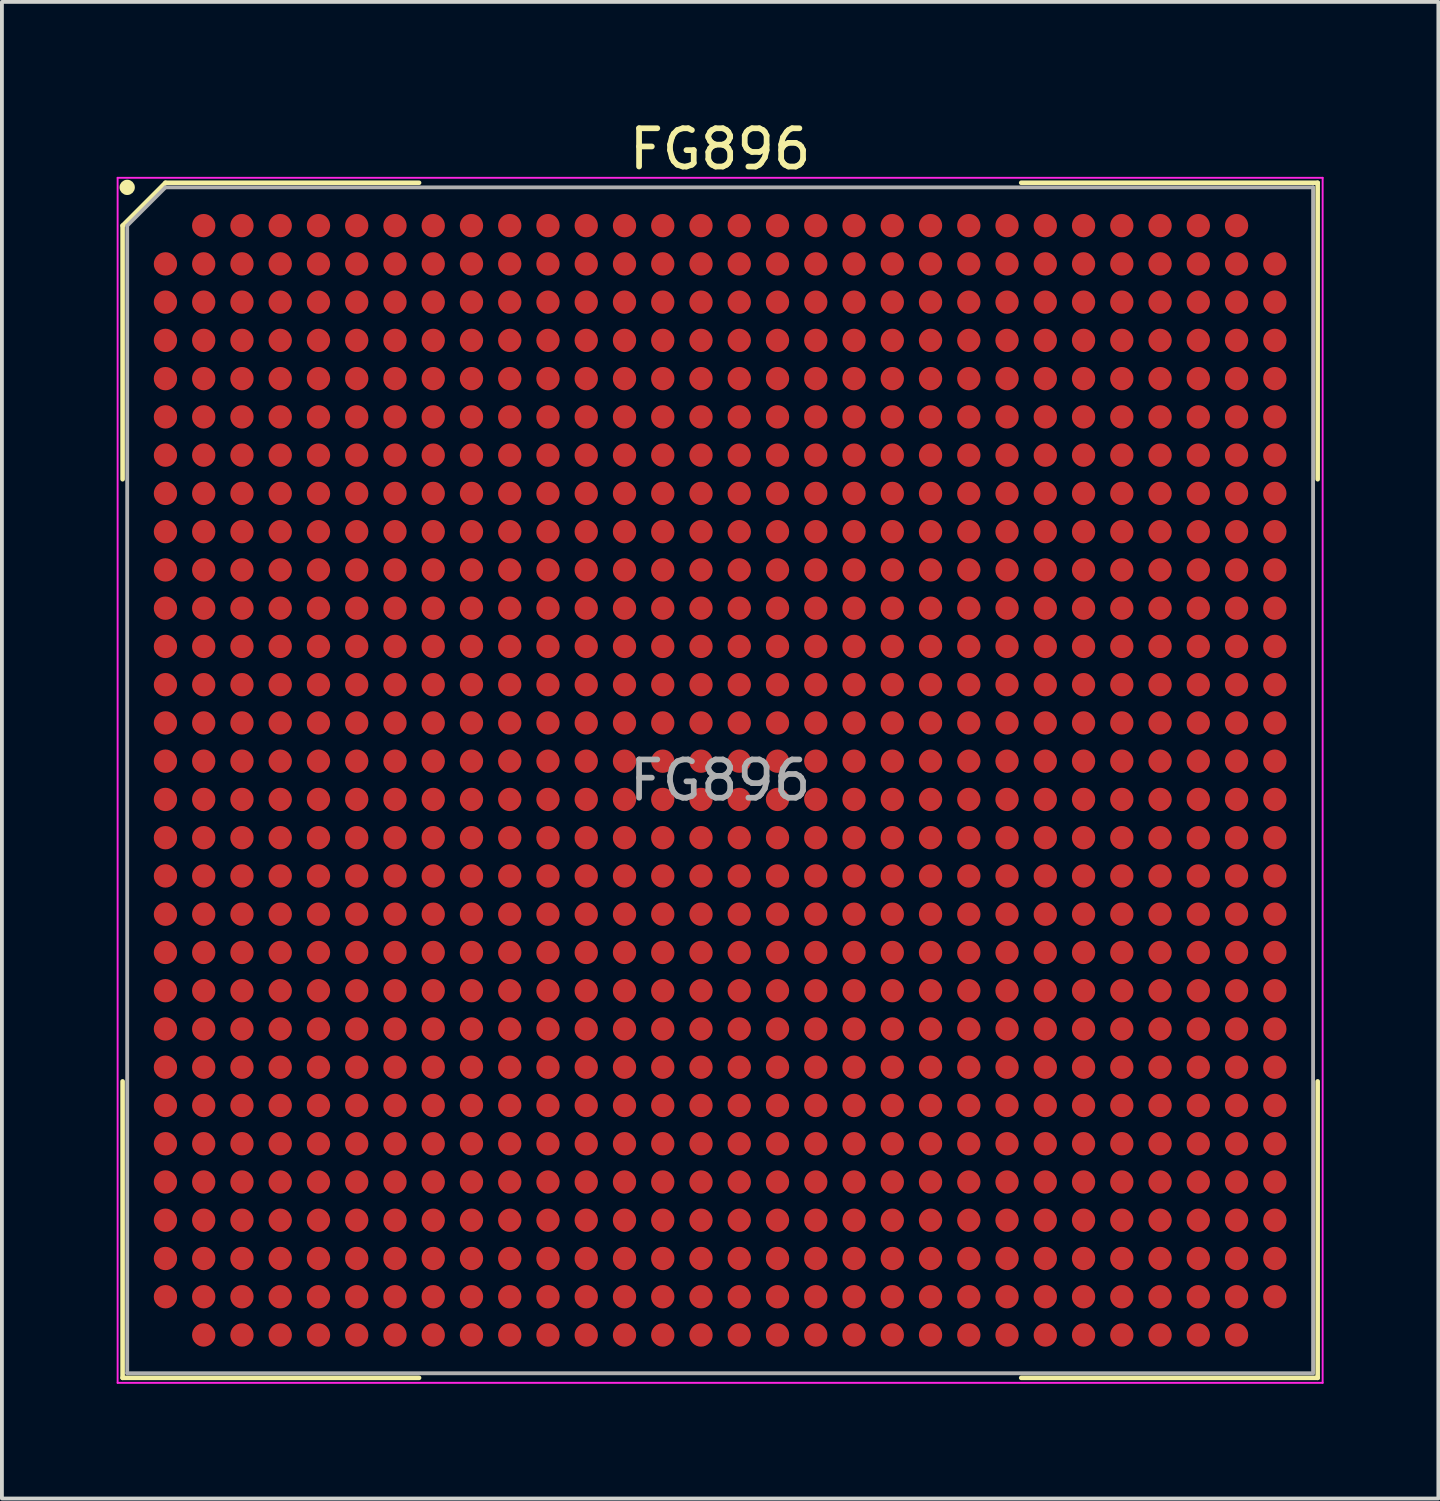
<source format=kicad_pcb>
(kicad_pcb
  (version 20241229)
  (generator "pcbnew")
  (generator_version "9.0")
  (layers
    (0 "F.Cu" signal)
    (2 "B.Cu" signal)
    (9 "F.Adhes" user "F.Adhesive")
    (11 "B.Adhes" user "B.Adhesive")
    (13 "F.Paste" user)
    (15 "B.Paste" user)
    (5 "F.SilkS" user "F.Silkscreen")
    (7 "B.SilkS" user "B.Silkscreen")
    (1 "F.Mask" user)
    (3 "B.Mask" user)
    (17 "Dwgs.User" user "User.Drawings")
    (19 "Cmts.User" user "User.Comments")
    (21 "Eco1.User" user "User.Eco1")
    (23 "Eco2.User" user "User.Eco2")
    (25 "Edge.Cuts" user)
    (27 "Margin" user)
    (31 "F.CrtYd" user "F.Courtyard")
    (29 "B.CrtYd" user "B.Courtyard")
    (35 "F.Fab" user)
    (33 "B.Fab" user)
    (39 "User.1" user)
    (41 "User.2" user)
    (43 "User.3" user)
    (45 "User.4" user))
  (footprint "FG896"
    (layer "F.Cu")
    (at 15.775 17.348)
    (property "Reference" "FG896" (at 0 -16.5 0) (layer "F.SilkS") (effects (font (size 1 1) (thickness 0.15))))
    (attr smd)
    (fp_line (start -15.62 -14.5) (end -15.62 -7.87) (stroke (width 0.12) (type default)) (layer "F.SilkS"))
    (fp_line (start -15.62 15.62) (end -15.62 7.87) (stroke (width 0.12) (type default)) (layer "F.SilkS"))
    (fp_line (start -14.5 -15.62) (end -15.62 -14.5) (stroke (width 0.12) (type default)) (layer "F.SilkS"))
    (fp_line (start -7.87 -15.62) (end -14.5 -15.62) (stroke (width 0.12) (type default)) (layer "F.SilkS"))
    (fp_line (start -7.87 15.62) (end -15.62 15.62) (stroke (width 0.12) (type default)) (layer "F.SilkS"))
    (fp_line (start 7.87 -15.62) (end 15.62 -15.62) (stroke (width 0.12) (type default)) (layer "F.SilkS"))
    (fp_line (start 7.87 15.62) (end 15.62 15.62) (stroke (width 0.12) (type default)) (layer "F.SilkS"))
    (fp_line (start 15.62 -15.62) (end 15.62 -7.87) (stroke (width 0.12) (type default)) (layer "F.SilkS"))
    (fp_line (start 15.62 15.62) (end 15.62 7.87) (stroke (width 0.12) (type default)) (layer "F.SilkS"))
    (fp_circle (center -15.5 -15.5) (end -15.5 -15.4) (stroke (width 0.2) (type default)) (fill no) (layer "F.SilkS"))
    (fp_line (start -15.75 -15.75) (end 15.75 -15.75) (stroke (width 0.05) (type default)) (layer "F.CrtYd"))
    (fp_line (start -15.75 15.75) (end -15.75 -15.75) (stroke (width 0.05) (type default)) (layer "F.CrtYd"))
    (fp_line (start 15.75 -15.75) (end 15.75 15.75) (stroke (width 0.05) (type default)) (layer "F.CrtYd"))
    (fp_line (start 15.75 15.75) (end -15.75 15.75) (stroke (width 0.05) (type default)) (layer "F.CrtYd"))
    (fp_line (start -15.5 -14.5) (end -15.5 15.5) (stroke (width 0.1) (type default)) (layer "F.Fab"))
    (fp_line (start -15.5 15.5) (end 15.5 15.5) (stroke (width 0.1) (type default)) (layer "F.Fab"))
    (fp_line (start -14.5 -15.5) (end -15.5 -14.5) (stroke (width 0.1) (type default)) (layer "F.Fab"))
    (fp_line (start 15.5 -15.5) (end -14.5 -15.5) (stroke (width 0.1) (type default)) (layer "F.Fab"))
    (fp_line (start 15.5 15.5) (end 15.5 -15.5) (stroke (width 0.1) (type default)) (layer "F.Fab"))
    (fp_text user "${REFERENCE}" (at 0 0 0) (layer "F.Fab") (effects (font (size 1 1) (thickness 0.15))))
    (pad "A2" smd circle (at -13.5 -14.5) (size 0.61 0.61) (layers "F.Cu" "F.Mask" "F.Paste"))
    (pad "A3" smd circle (at -12.5 -14.5) (size 0.61 0.61) (layers "F.Cu" "F.Mask" "F.Paste"))
    (pad "A4" smd circle (at -11.5 -14.5) (size 0.61 0.61) (layers "F.Cu" "F.Mask" "F.Paste"))
    (pad "A5" smd circle (at -10.5 -14.5) (size 0.61 0.61) (layers "F.Cu" "F.Mask" "F.Paste"))
    (pad "A6" smd circle (at -9.5 -14.5) (size 0.61 0.61) (layers "F.Cu" "F.Mask" "F.Paste"))
    (pad "A7" smd circle (at -8.5 -14.5) (size 0.61 0.61) (layers "F.Cu" "F.Mask" "F.Paste"))
    (pad "A8" smd circle (at -7.5 -14.5) (size 0.61 0.61) (layers "F.Cu" "F.Mask" "F.Paste"))
    (pad "A9" smd circle (at -6.5 -14.5) (size 0.61 0.61) (layers "F.Cu" "F.Mask" "F.Paste"))
    (pad "A10" smd circle (at -5.5 -14.5) (size 0.61 0.61) (layers "F.Cu" "F.Mask" "F.Paste"))
    (pad "A11" smd circle (at -4.5 -14.5) (size 0.61 0.61) (layers "F.Cu" "F.Mask" "F.Paste"))
    (pad "A12" smd circle (at -3.5 -14.5) (size 0.61 0.61) (layers "F.Cu" "F.Mask" "F.Paste"))
    (pad "A13" smd circle (at -2.5 -14.5) (size 0.61 0.61) (layers "F.Cu" "F.Mask" "F.Paste"))
    (pad "A14" smd circle (at -1.5 -14.5) (size 0.61 0.61) (layers "F.Cu" "F.Mask" "F.Paste"))
    (pad "A15" smd circle (at -0.5 -14.5) (size 0.61 0.61) (layers "F.Cu" "F.Mask" "F.Paste"))
    (pad "A16" smd circle (at 0.5 -14.5) (size 0.61 0.61) (layers "F.Cu" "F.Mask" "F.Paste"))
    (pad "A17" smd circle (at 1.5 -14.5) (size 0.61 0.61) (layers "F.Cu" "F.Mask" "F.Paste"))
    (pad "A18" smd circle (at 2.5 -14.5) (size 0.61 0.61) (layers "F.Cu" "F.Mask" "F.Paste"))
    (pad "A19" smd circle (at 3.5 -14.5) (size 0.61 0.61) (layers "F.Cu" "F.Mask" "F.Paste"))
    (pad "A20" smd circle (at 4.5 -14.5) (size 0.61 0.61) (layers "F.Cu" "F.Mask" "F.Paste"))
    (pad "A21" smd circle (at 5.5 -14.5) (size 0.61 0.61) (layers "F.Cu" "F.Mask" "F.Paste"))
    (pad "A22" smd circle (at 6.5 -14.5) (size 0.61 0.61) (layers "F.Cu" "F.Mask" "F.Paste"))
    (pad "A23" smd circle (at 7.5 -14.5) (size 0.61 0.61) (layers "F.Cu" "F.Mask" "F.Paste"))
    (pad "A24" smd circle (at 8.5 -14.5) (size 0.61 0.61) (layers "F.Cu" "F.Mask" "F.Paste"))
    (pad "A25" smd circle (at 9.5 -14.5) (size 0.61 0.61) (layers "F.Cu" "F.Mask" "F.Paste"))
    (pad "A26" smd circle (at 10.5 -14.5) (size 0.61 0.61) (layers "F.Cu" "F.Mask" "F.Paste"))
    (pad "A27" smd circle (at 11.5 -14.5) (size 0.61 0.61) (layers "F.Cu" "F.Mask" "F.Paste"))
    (pad "A28" smd circle (at 12.5 -14.5) (size 0.61 0.61) (layers "F.Cu" "F.Mask" "F.Paste"))
    (pad "A29" smd circle (at 13.5 -14.5) (size 0.61 0.61) (layers "F.Cu" "F.Mask" "F.Paste"))
    (pad "AA1" smd circle (at -14.5 5.5) (size 0.61 0.61) (layers "F.Cu" "F.Mask" "F.Paste"))
    (pad "AA2" smd circle (at -13.5 5.5) (size 0.61 0.61) (layers "F.Cu" "F.Mask" "F.Paste"))
    (pad "AA3" smd circle (at -12.5 5.5) (size 0.61 0.61) (layers "F.Cu" "F.Mask" "F.Paste"))
    (pad "AA4" smd circle (at -11.5 5.5) (size 0.61 0.61) (layers "F.Cu" "F.Mask" "F.Paste"))
    (pad "AA5" smd circle (at -10.5 5.5) (size 0.61 0.61) (layers "F.Cu" "F.Mask" "F.Paste"))
    (pad "AA6" smd circle (at -9.5 5.5) (size 0.61 0.61) (layers "F.Cu" "F.Mask" "F.Paste"))
    (pad "AA7" smd circle (at -8.5 5.5) (size 0.61 0.61) (layers "F.Cu" "F.Mask" "F.Paste"))
    (pad "AA8" smd circle (at -7.5 5.5) (size 0.61 0.61) (layers "F.Cu" "F.Mask" "F.Paste"))
    (pad "AA9" smd circle (at -6.5 5.5) (size 0.61 0.61) (layers "F.Cu" "F.Mask" "F.Paste"))
    (pad "AA10" smd circle (at -5.5 5.5) (size 0.61 0.61) (layers "F.Cu" "F.Mask" "F.Paste"))
    (pad "AA11" smd circle (at -4.5 5.5) (size 0.61 0.61) (layers "F.Cu" "F.Mask" "F.Paste"))
    (pad "AA12" smd circle (at -3.5 5.5) (size 0.61 0.61) (layers "F.Cu" "F.Mask" "F.Paste"))
    (pad "AA13" smd circle (at -2.5 5.5) (size 0.61 0.61) (layers "F.Cu" "F.Mask" "F.Paste"))
    (pad "AA14" smd circle (at -1.5 5.5) (size 0.61 0.61) (layers "F.Cu" "F.Mask" "F.Paste"))
    (pad "AA15" smd circle (at -0.5 5.5) (size 0.61 0.61) (layers "F.Cu" "F.Mask" "F.Paste"))
    (pad "AA16" smd circle (at 0.5 5.5) (size 0.61 0.61) (layers "F.Cu" "F.Mask" "F.Paste"))
    (pad "AA17" smd circle (at 1.5 5.5) (size 0.61 0.61) (layers "F.Cu" "F.Mask" "F.Paste"))
    (pad "AA18" smd circle (at 2.5 5.5) (size 0.61 0.61) (layers "F.Cu" "F.Mask" "F.Paste"))
    (pad "AA19" smd circle (at 3.5 5.5) (size 0.61 0.61) (layers "F.Cu" "F.Mask" "F.Paste"))
    (pad "AA20" smd circle (at 4.5 5.5) (size 0.61 0.61) (layers "F.Cu" "F.Mask" "F.Paste"))
    (pad "AA21" smd circle (at 5.5 5.5) (size 0.61 0.61) (layers "F.Cu" "F.Mask" "F.Paste"))
    (pad "AA22" smd circle (at 6.5 5.5) (size 0.61 0.61) (layers "F.Cu" "F.Mask" "F.Paste"))
    (pad "AA23" smd circle (at 7.5 5.5) (size 0.61 0.61) (layers "F.Cu" "F.Mask" "F.Paste"))
    (pad "AA24" smd circle (at 8.5 5.5) (size 0.61 0.61) (layers "F.Cu" "F.Mask" "F.Paste"))
    (pad "AA25" smd circle (at 9.5 5.5) (size 0.61 0.61) (layers "F.Cu" "F.Mask" "F.Paste"))
    (pad "AA26" smd circle (at 10.5 5.5) (size 0.61 0.61) (layers "F.Cu" "F.Mask" "F.Paste"))
    (pad "AA27" smd circle (at 11.5 5.5) (size 0.61 0.61) (layers "F.Cu" "F.Mask" "F.Paste"))
    (pad "AA28" smd circle (at 12.5 5.5) (size 0.61 0.61) (layers "F.Cu" "F.Mask" "F.Paste"))
    (pad "AA29" smd circle (at 13.5 5.5) (size 0.61 0.61) (layers "F.Cu" "F.Mask" "F.Paste"))
    (pad "AA30" smd circle (at 14.5 5.5) (size 0.61 0.61) (layers "F.Cu" "F.Mask" "F.Paste"))
    (pad "AB1" smd circle (at -14.5 6.5) (size 0.61 0.61) (layers "F.Cu" "F.Mask" "F.Paste"))
    (pad "AB2" smd circle (at -13.5 6.5) (size 0.61 0.61) (layers "F.Cu" "F.Mask" "F.Paste"))
    (pad "AB3" smd circle (at -12.5 6.5) (size 0.61 0.61) (layers "F.Cu" "F.Mask" "F.Paste"))
    (pad "AB4" smd circle (at -11.5 6.5) (size 0.61 0.61) (layers "F.Cu" "F.Mask" "F.Paste"))
    (pad "AB5" smd circle (at -10.5 6.5) (size 0.61 0.61) (layers "F.Cu" "F.Mask" "F.Paste"))
    (pad "AB6" smd circle (at -9.5 6.5) (size 0.61 0.61) (layers "F.Cu" "F.Mask" "F.Paste"))
    (pad "AB7" smd circle (at -8.5 6.5) (size 0.61 0.61) (layers "F.Cu" "F.Mask" "F.Paste"))
    (pad "AB8" smd circle (at -7.5 6.5) (size 0.61 0.61) (layers "F.Cu" "F.Mask" "F.Paste"))
    (pad "AB9" smd circle (at -6.5 6.5) (size 0.61 0.61) (layers "F.Cu" "F.Mask" "F.Paste"))
    (pad "AB10" smd circle (at -5.5 6.5) (size 0.61 0.61) (layers "F.Cu" "F.Mask" "F.Paste"))
    (pad "AB11" smd circle (at -4.5 6.5) (size 0.61 0.61) (layers "F.Cu" "F.Mask" "F.Paste"))
    (pad "AB12" smd circle (at -3.5 6.5) (size 0.61 0.61) (layers "F.Cu" "F.Mask" "F.Paste"))
    (pad "AB13" smd circle (at -2.5 6.5) (size 0.61 0.61) (layers "F.Cu" "F.Mask" "F.Paste"))
    (pad "AB14" smd circle (at -1.5 6.5) (size 0.61 0.61) (layers "F.Cu" "F.Mask" "F.Paste"))
    (pad "AB15" smd circle (at -0.5 6.5) (size 0.61 0.61) (layers "F.Cu" "F.Mask" "F.Paste"))
    (pad "AB16" smd circle (at 0.5 6.5) (size 0.61 0.61) (layers "F.Cu" "F.Mask" "F.Paste"))
    (pad "AB17" smd circle (at 1.5 6.5) (size 0.61 0.61) (layers "F.Cu" "F.Mask" "F.Paste"))
    (pad "AB18" smd circle (at 2.5 6.5) (size 0.61 0.61) (layers "F.Cu" "F.Mask" "F.Paste"))
    (pad "AB19" smd circle (at 3.5 6.5) (size 0.61 0.61) (layers "F.Cu" "F.Mask" "F.Paste"))
    (pad "AB20" smd circle (at 4.5 6.5) (size 0.61 0.61) (layers "F.Cu" "F.Mask" "F.Paste"))
    (pad "AB21" smd circle (at 5.5 6.5) (size 0.61 0.61) (layers "F.Cu" "F.Mask" "F.Paste"))
    (pad "AB22" smd circle (at 6.5 6.5) (size 0.61 0.61) (layers "F.Cu" "F.Mask" "F.Paste"))
    (pad "AB23" smd circle (at 7.5 6.5) (size 0.61 0.61) (layers "F.Cu" "F.Mask" "F.Paste"))
    (pad "AB24" smd circle (at 8.5 6.5) (size 0.61 0.61) (layers "F.Cu" "F.Mask" "F.Paste"))
    (pad "AB25" smd circle (at 9.5 6.5) (size 0.61 0.61) (layers "F.Cu" "F.Mask" "F.Paste"))
    (pad "AB26" smd circle (at 10.5 6.5) (size 0.61 0.61) (layers "F.Cu" "F.Mask" "F.Paste"))
    (pad "AB27" smd circle (at 11.5 6.5) (size 0.61 0.61) (layers "F.Cu" "F.Mask" "F.Paste"))
    (pad "AB28" smd circle (at 12.5 6.5) (size 0.61 0.61) (layers "F.Cu" "F.Mask" "F.Paste"))
    (pad "AB29" smd circle (at 13.5 6.5) (size 0.61 0.61) (layers "F.Cu" "F.Mask" "F.Paste"))
    (pad "AB30" smd circle (at 14.5 6.5) (size 0.61 0.61) (layers "F.Cu" "F.Mask" "F.Paste"))
    (pad "AC1" smd circle (at -14.5 7.5) (size 0.61 0.61) (layers "F.Cu" "F.Mask" "F.Paste"))
    (pad "AC2" smd circle (at -13.5 7.5) (size 0.61 0.61) (layers "F.Cu" "F.Mask" "F.Paste"))
    (pad "AC3" smd circle (at -12.5 7.5) (size 0.61 0.61) (layers "F.Cu" "F.Mask" "F.Paste"))
    (pad "AC4" smd circle (at -11.5 7.5) (size 0.61 0.61) (layers "F.Cu" "F.Mask" "F.Paste"))
    (pad "AC5" smd circle (at -10.5 7.5) (size 0.61 0.61) (layers "F.Cu" "F.Mask" "F.Paste"))
    (pad "AC6" smd circle (at -9.5 7.5) (size 0.61 0.61) (layers "F.Cu" "F.Mask" "F.Paste"))
    (pad "AC7" smd circle (at -8.5 7.5) (size 0.61 0.61) (layers "F.Cu" "F.Mask" "F.Paste"))
    (pad "AC8" smd circle (at -7.5 7.5) (size 0.61 0.61) (layers "F.Cu" "F.Mask" "F.Paste"))
    (pad "AC9" smd circle (at -6.5 7.5) (size 0.61 0.61) (layers "F.Cu" "F.Mask" "F.Paste"))
    (pad "AC10" smd circle (at -5.5 7.5) (size 0.61 0.61) (layers "F.Cu" "F.Mask" "F.Paste"))
    (pad "AC11" smd circle (at -4.5 7.5) (size 0.61 0.61) (layers "F.Cu" "F.Mask" "F.Paste"))
    (pad "AC12" smd circle (at -3.5 7.5) (size 0.61 0.61) (layers "F.Cu" "F.Mask" "F.Paste"))
    (pad "AC13" smd circle (at -2.5 7.5) (size 0.61 0.61) (layers "F.Cu" "F.Mask" "F.Paste"))
    (pad "AC14" smd circle (at -1.5 7.5) (size 0.61 0.61) (layers "F.Cu" "F.Mask" "F.Paste"))
    (pad "AC15" smd circle (at -0.5 7.5) (size 0.61 0.61) (layers "F.Cu" "F.Mask" "F.Paste"))
    (pad "AC16" smd circle (at 0.5 7.5) (size 0.61 0.61) (layers "F.Cu" "F.Mask" "F.Paste"))
    (pad "AC17" smd circle (at 1.5 7.5) (size 0.61 0.61) (layers "F.Cu" "F.Mask" "F.Paste"))
    (pad "AC18" smd circle (at 2.5 7.5) (size 0.61 0.61) (layers "F.Cu" "F.Mask" "F.Paste"))
    (pad "AC19" smd circle (at 3.5 7.5) (size 0.61 0.61) (layers "F.Cu" "F.Mask" "F.Paste"))
    (pad "AC20" smd circle (at 4.5 7.5) (size 0.61 0.61) (layers "F.Cu" "F.Mask" "F.Paste"))
    (pad "AC21" smd circle (at 5.5 7.5) (size 0.61 0.61) (layers "F.Cu" "F.Mask" "F.Paste"))
    (pad "AC22" smd circle (at 6.5 7.5) (size 0.61 0.61) (layers "F.Cu" "F.Mask" "F.Paste"))
    (pad "AC23" smd circle (at 7.5 7.5) (size 0.61 0.61) (layers "F.Cu" "F.Mask" "F.Paste"))
    (pad "AC24" smd circle (at 8.5 7.5) (size 0.61 0.61) (layers "F.Cu" "F.Mask" "F.Paste"))
    (pad "AC25" smd circle (at 9.5 7.5) (size 0.61 0.61) (layers "F.Cu" "F.Mask" "F.Paste"))
    (pad "AC26" smd circle (at 10.5 7.5) (size 0.61 0.61) (layers "F.Cu" "F.Mask" "F.Paste"))
    (pad "AC27" smd circle (at 11.5 7.5) (size 0.61 0.61) (layers "F.Cu" "F.Mask" "F.Paste"))
    (pad "AC28" smd circle (at 12.5 7.5) (size 0.61 0.61) (layers "F.Cu" "F.Mask" "F.Paste"))
    (pad "AC29" smd circle (at 13.5 7.5) (size 0.61 0.61) (layers "F.Cu" "F.Mask" "F.Paste"))
    (pad "AC30" smd circle (at 14.5 7.5) (size 0.61 0.61) (layers "F.Cu" "F.Mask" "F.Paste"))
    (pad "AD1" smd circle (at -14.5 8.5) (size 0.61 0.61) (layers "F.Cu" "F.Mask" "F.Paste"))
    (pad "AD2" smd circle (at -13.5 8.5) (size 0.61 0.61) (layers "F.Cu" "F.Mask" "F.Paste"))
    (pad "AD3" smd circle (at -12.5 8.5) (size 0.61 0.61) (layers "F.Cu" "F.Mask" "F.Paste"))
    (pad "AD4" smd circle (at -11.5 8.5) (size 0.61 0.61) (layers "F.Cu" "F.Mask" "F.Paste"))
    (pad "AD5" smd circle (at -10.5 8.5) (size 0.61 0.61) (layers "F.Cu" "F.Mask" "F.Paste"))
    (pad "AD6" smd circle (at -9.5 8.5) (size 0.61 0.61) (layers "F.Cu" "F.Mask" "F.Paste"))
    (pad "AD7" smd circle (at -8.5 8.5) (size 0.61 0.61) (layers "F.Cu" "F.Mask" "F.Paste"))
    (pad "AD8" smd circle (at -7.5 8.5) (size 0.61 0.61) (layers "F.Cu" "F.Mask" "F.Paste"))
    (pad "AD9" smd circle (at -6.5 8.5) (size 0.61 0.61) (layers "F.Cu" "F.Mask" "F.Paste"))
    (pad "AD10" smd circle (at -5.5 8.5) (size 0.61 0.61) (layers "F.Cu" "F.Mask" "F.Paste"))
    (pad "AD11" smd circle (at -4.5 8.5) (size 0.61 0.61) (layers "F.Cu" "F.Mask" "F.Paste"))
    (pad "AD12" smd circle (at -3.5 8.5) (size 0.61 0.61) (layers "F.Cu" "F.Mask" "F.Paste"))
    (pad "AD13" smd circle (at -2.5 8.5) (size 0.61 0.61) (layers "F.Cu" "F.Mask" "F.Paste"))
    (pad "AD14" smd circle (at -1.5 8.5) (size 0.61 0.61) (layers "F.Cu" "F.Mask" "F.Paste"))
    (pad "AD15" smd circle (at -0.5 8.5) (size 0.61 0.61) (layers "F.Cu" "F.Mask" "F.Paste"))
    (pad "AD16" smd circle (at 0.5 8.5) (size 0.61 0.61) (layers "F.Cu" "F.Mask" "F.Paste"))
    (pad "AD17" smd circle (at 1.5 8.5) (size 0.61 0.61) (layers "F.Cu" "F.Mask" "F.Paste"))
    (pad "AD18" smd circle (at 2.5 8.5) (size 0.61 0.61) (layers "F.Cu" "F.Mask" "F.Paste"))
    (pad "AD19" smd circle (at 3.5 8.5) (size 0.61 0.61) (layers "F.Cu" "F.Mask" "F.Paste"))
    (pad "AD20" smd circle (at 4.5 8.5) (size 0.61 0.61) (layers "F.Cu" "F.Mask" "F.Paste"))
    (pad "AD21" smd circle (at 5.5 8.5) (size 0.61 0.61) (layers "F.Cu" "F.Mask" "F.Paste"))
    (pad "AD22" smd circle (at 6.5 8.5) (size 0.61 0.61) (layers "F.Cu" "F.Mask" "F.Paste"))
    (pad "AD23" smd circle (at 7.5 8.5) (size 0.61 0.61) (layers "F.Cu" "F.Mask" "F.Paste"))
    (pad "AD24" smd circle (at 8.5 8.5) (size 0.61 0.61) (layers "F.Cu" "F.Mask" "F.Paste"))
    (pad "AD25" smd circle (at 9.5 8.5) (size 0.61 0.61) (layers "F.Cu" "F.Mask" "F.Paste"))
    (pad "AD26" smd circle (at 10.5 8.5) (size 0.61 0.61) (layers "F.Cu" "F.Mask" "F.Paste"))
    (pad "AD27" smd circle (at 11.5 8.5) (size 0.61 0.61) (layers "F.Cu" "F.Mask" "F.Paste"))
    (pad "AD28" smd circle (at 12.5 8.5) (size 0.61 0.61) (layers "F.Cu" "F.Mask" "F.Paste"))
    (pad "AD29" smd circle (at 13.5 8.5) (size 0.61 0.61) (layers "F.Cu" "F.Mask" "F.Paste"))
    (pad "AD30" smd circle (at 14.5 8.5) (size 0.61 0.61) (layers "F.Cu" "F.Mask" "F.Paste"))
    (pad "AE1" smd circle (at -14.5 9.5) (size 0.61 0.61) (layers "F.Cu" "F.Mask" "F.Paste"))
    (pad "AE2" smd circle (at -13.5 9.5) (size 0.61 0.61) (layers "F.Cu" "F.Mask" "F.Paste"))
    (pad "AE3" smd circle (at -12.5 9.5) (size 0.61 0.61) (layers "F.Cu" "F.Mask" "F.Paste"))
    (pad "AE4" smd circle (at -11.5 9.5) (size 0.61 0.61) (layers "F.Cu" "F.Mask" "F.Paste"))
    (pad "AE5" smd circle (at -10.5 9.5) (size 0.61 0.61) (layers "F.Cu" "F.Mask" "F.Paste"))
    (pad "AE6" smd circle (at -9.5 9.5) (size 0.61 0.61) (layers "F.Cu" "F.Mask" "F.Paste"))
    (pad "AE7" smd circle (at -8.5 9.5) (size 0.61 0.61) (layers "F.Cu" "F.Mask" "F.Paste"))
    (pad "AE8" smd circle (at -7.5 9.5) (size 0.61 0.61) (layers "F.Cu" "F.Mask" "F.Paste"))
    (pad "AE9" smd circle (at -6.5 9.5) (size 0.61 0.61) (layers "F.Cu" "F.Mask" "F.Paste"))
    (pad "AE10" smd circle (at -5.5 9.5) (size 0.61 0.61) (layers "F.Cu" "F.Mask" "F.Paste"))
    (pad "AE11" smd circle (at -4.5 9.5) (size 0.61 0.61) (layers "F.Cu" "F.Mask" "F.Paste"))
    (pad "AE12" smd circle (at -3.5 9.5) (size 0.61 0.61) (layers "F.Cu" "F.Mask" "F.Paste"))
    (pad "AE13" smd circle (at -2.5 9.5) (size 0.61 0.61) (layers "F.Cu" "F.Mask" "F.Paste"))
    (pad "AE14" smd circle (at -1.5 9.5) (size 0.61 0.61) (layers "F.Cu" "F.Mask" "F.Paste"))
    (pad "AE15" smd circle (at -0.5 9.5) (size 0.61 0.61) (layers "F.Cu" "F.Mask" "F.Paste"))
    (pad "AE16" smd circle (at 0.5 9.5) (size 0.61 0.61) (layers "F.Cu" "F.Mask" "F.Paste"))
    (pad "AE17" smd circle (at 1.5 9.5) (size 0.61 0.61) (layers "F.Cu" "F.Mask" "F.Paste"))
    (pad "AE18" smd circle (at 2.5 9.5) (size 0.61 0.61) (layers "F.Cu" "F.Mask" "F.Paste"))
    (pad "AE19" smd circle (at 3.5 9.5) (size 0.61 0.61) (layers "F.Cu" "F.Mask" "F.Paste"))
    (pad "AE20" smd circle (at 4.5 9.5) (size 0.61 0.61) (layers "F.Cu" "F.Mask" "F.Paste"))
    (pad "AE21" smd circle (at 5.5 9.5) (size 0.61 0.61) (layers "F.Cu" "F.Mask" "F.Paste"))
    (pad "AE22" smd circle (at 6.5 9.5) (size 0.61 0.61) (layers "F.Cu" "F.Mask" "F.Paste"))
    (pad "AE23" smd circle (at 7.5 9.5) (size 0.61 0.61) (layers "F.Cu" "F.Mask" "F.Paste"))
    (pad "AE24" smd circle (at 8.5 9.5) (size 0.61 0.61) (layers "F.Cu" "F.Mask" "F.Paste"))
    (pad "AE25" smd circle (at 9.5 9.5) (size 0.61 0.61) (layers "F.Cu" "F.Mask" "F.Paste"))
    (pad "AE26" smd circle (at 10.5 9.5) (size 0.61 0.61) (layers "F.Cu" "F.Mask" "F.Paste"))
    (pad "AE27" smd circle (at 11.5 9.5) (size 0.61 0.61) (layers "F.Cu" "F.Mask" "F.Paste"))
    (pad "AE28" smd circle (at 12.5 9.5) (size 0.61 0.61) (layers "F.Cu" "F.Mask" "F.Paste"))
    (pad "AE29" smd circle (at 13.5 9.5) (size 0.61 0.61) (layers "F.Cu" "F.Mask" "F.Paste"))
    (pad "AE30" smd circle (at 14.5 9.5) (size 0.61 0.61) (layers "F.Cu" "F.Mask" "F.Paste"))
    (pad "AF1" smd circle (at -14.5 10.5) (size 0.61 0.61) (layers "F.Cu" "F.Mask" "F.Paste"))
    (pad "AF2" smd circle (at -13.5 10.5) (size 0.61 0.61) (layers "F.Cu" "F.Mask" "F.Paste"))
    (pad "AF3" smd circle (at -12.5 10.5) (size 0.61 0.61) (layers "F.Cu" "F.Mask" "F.Paste"))
    (pad "AF4" smd circle (at -11.5 10.5) (size 0.61 0.61) (layers "F.Cu" "F.Mask" "F.Paste"))
    (pad "AF5" smd circle (at -10.5 10.5) (size 0.61 0.61) (layers "F.Cu" "F.Mask" "F.Paste"))
    (pad "AF6" smd circle (at -9.5 10.5) (size 0.61 0.61) (layers "F.Cu" "F.Mask" "F.Paste"))
    (pad "AF7" smd circle (at -8.5 10.5) (size 0.61 0.61) (layers "F.Cu" "F.Mask" "F.Paste"))
    (pad "AF8" smd circle (at -7.5 10.5) (size 0.61 0.61) (layers "F.Cu" "F.Mask" "F.Paste"))
    (pad "AF9" smd circle (at -6.5 10.5) (size 0.61 0.61) (layers "F.Cu" "F.Mask" "F.Paste"))
    (pad "AF10" smd circle (at -5.5 10.5) (size 0.61 0.61) (layers "F.Cu" "F.Mask" "F.Paste"))
    (pad "AF11" smd circle (at -4.5 10.5) (size 0.61 0.61) (layers "F.Cu" "F.Mask" "F.Paste"))
    (pad "AF12" smd circle (at -3.5 10.5) (size 0.61 0.61) (layers "F.Cu" "F.Mask" "F.Paste"))
    (pad "AF13" smd circle (at -2.5 10.5) (size 0.61 0.61) (layers "F.Cu" "F.Mask" "F.Paste"))
    (pad "AF14" smd circle (at -1.5 10.5) (size 0.61 0.61) (layers "F.Cu" "F.Mask" "F.Paste"))
    (pad "AF15" smd circle (at -0.5 10.5) (size 0.61 0.61) (layers "F.Cu" "F.Mask" "F.Paste"))
    (pad "AF16" smd circle (at 0.5 10.5) (size 0.61 0.61) (layers "F.Cu" "F.Mask" "F.Paste"))
    (pad "AF17" smd circle (at 1.5 10.5) (size 0.61 0.61) (layers "F.Cu" "F.Mask" "F.Paste"))
    (pad "AF18" smd circle (at 2.5 10.5) (size 0.61 0.61) (layers "F.Cu" "F.Mask" "F.Paste"))
    (pad "AF19" smd circle (at 3.5 10.5) (size 0.61 0.61) (layers "F.Cu" "F.Mask" "F.Paste"))
    (pad "AF20" smd circle (at 4.5 10.5) (size 0.61 0.61) (layers "F.Cu" "F.Mask" "F.Paste"))
    (pad "AF21" smd circle (at 5.5 10.5) (size 0.61 0.61) (layers "F.Cu" "F.Mask" "F.Paste"))
    (pad "AF22" smd circle (at 6.5 10.5) (size 0.61 0.61) (layers "F.Cu" "F.Mask" "F.Paste"))
    (pad "AF23" smd circle (at 7.5 10.5) (size 0.61 0.61) (layers "F.Cu" "F.Mask" "F.Paste"))
    (pad "AF24" smd circle (at 8.5 10.5) (size 0.61 0.61) (layers "F.Cu" "F.Mask" "F.Paste"))
    (pad "AF25" smd circle (at 9.5 10.5) (size 0.61 0.61) (layers "F.Cu" "F.Mask" "F.Paste"))
    (pad "AF26" smd circle (at 10.5 10.5) (size 0.61 0.61) (layers "F.Cu" "F.Mask" "F.Paste"))
    (pad "AF27" smd circle (at 11.5 10.5) (size 0.61 0.61) (layers "F.Cu" "F.Mask" "F.Paste"))
    (pad "AF28" smd circle (at 12.5 10.5) (size 0.61 0.61) (layers "F.Cu" "F.Mask" "F.Paste"))
    (pad "AF29" smd circle (at 13.5 10.5) (size 0.61 0.61) (layers "F.Cu" "F.Mask" "F.Paste"))
    (pad "AF30" smd circle (at 14.5 10.5) (size 0.61 0.61) (layers "F.Cu" "F.Mask" "F.Paste"))
    (pad "AG1" smd circle (at -14.5 11.5) (size 0.61 0.61) (layers "F.Cu" "F.Mask" "F.Paste"))
    (pad "AG2" smd circle (at -13.5 11.5) (size 0.61 0.61) (layers "F.Cu" "F.Mask" "F.Paste"))
    (pad "AG3" smd circle (at -12.5 11.5) (size 0.61 0.61) (layers "F.Cu" "F.Mask" "F.Paste"))
    (pad "AG4" smd circle (at -11.5 11.5) (size 0.61 0.61) (layers "F.Cu" "F.Mask" "F.Paste"))
    (pad "AG5" smd circle (at -10.5 11.5) (size 0.61 0.61) (layers "F.Cu" "F.Mask" "F.Paste"))
    (pad "AG6" smd circle (at -9.5 11.5) (size 0.61 0.61) (layers "F.Cu" "F.Mask" "F.Paste"))
    (pad "AG7" smd circle (at -8.5 11.5) (size 0.61 0.61) (layers "F.Cu" "F.Mask" "F.Paste"))
    (pad "AG8" smd circle (at -7.5 11.5) (size 0.61 0.61) (layers "F.Cu" "F.Mask" "F.Paste"))
    (pad "AG9" smd circle (at -6.5 11.5) (size 0.61 0.61) (layers "F.Cu" "F.Mask" "F.Paste"))
    (pad "AG10" smd circle (at -5.5 11.5) (size 0.61 0.61) (layers "F.Cu" "F.Mask" "F.Paste"))
    (pad "AG11" smd circle (at -4.5 11.5) (size 0.61 0.61) (layers "F.Cu" "F.Mask" "F.Paste"))
    (pad "AG12" smd circle (at -3.5 11.5) (size 0.61 0.61) (layers "F.Cu" "F.Mask" "F.Paste"))
    (pad "AG13" smd circle (at -2.5 11.5) (size 0.61 0.61) (layers "F.Cu" "F.Mask" "F.Paste"))
    (pad "AG14" smd circle (at -1.5 11.5) (size 0.61 0.61) (layers "F.Cu" "F.Mask" "F.Paste"))
    (pad "AG15" smd circle (at -0.5 11.5) (size 0.61 0.61) (layers "F.Cu" "F.Mask" "F.Paste"))
    (pad "AG16" smd circle (at 0.5 11.5) (size 0.61 0.61) (layers "F.Cu" "F.Mask" "F.Paste"))
    (pad "AG17" smd circle (at 1.5 11.5) (size 0.61 0.61) (layers "F.Cu" "F.Mask" "F.Paste"))
    (pad "AG18" smd circle (at 2.5 11.5) (size 0.61 0.61) (layers "F.Cu" "F.Mask" "F.Paste"))
    (pad "AG19" smd circle (at 3.5 11.5) (size 0.61 0.61) (layers "F.Cu" "F.Mask" "F.Paste"))
    (pad "AG20" smd circle (at 4.5 11.5) (size 0.61 0.61) (layers "F.Cu" "F.Mask" "F.Paste"))
    (pad "AG21" smd circle (at 5.5 11.5) (size 0.61 0.61) (layers "F.Cu" "F.Mask" "F.Paste"))
    (pad "AG22" smd circle (at 6.5 11.5) (size 0.61 0.61) (layers "F.Cu" "F.Mask" "F.Paste"))
    (pad "AG23" smd circle (at 7.5 11.5) (size 0.61 0.61) (layers "F.Cu" "F.Mask" "F.Paste"))
    (pad "AG24" smd circle (at 8.5 11.5) (size 0.61 0.61) (layers "F.Cu" "F.Mask" "F.Paste"))
    (pad "AG25" smd circle (at 9.5 11.5) (size 0.61 0.61) (layers "F.Cu" "F.Mask" "F.Paste"))
    (pad "AG26" smd circle (at 10.5 11.5) (size 0.61 0.61) (layers "F.Cu" "F.Mask" "F.Paste"))
    (pad "AG27" smd circle (at 11.5 11.5) (size 0.61 0.61) (layers "F.Cu" "F.Mask" "F.Paste"))
    (pad "AG28" smd circle (at 12.5 11.5) (size 0.61 0.61) (layers "F.Cu" "F.Mask" "F.Paste"))
    (pad "AG29" smd circle (at 13.5 11.5) (size 0.61 0.61) (layers "F.Cu" "F.Mask" "F.Paste"))
    (pad "AG30" smd circle (at 14.5 11.5) (size 0.61 0.61) (layers "F.Cu" "F.Mask" "F.Paste"))
    (pad "AH1" smd circle (at -14.5 12.5) (size 0.61 0.61) (layers "F.Cu" "F.Mask" "F.Paste"))
    (pad "AH2" smd circle (at -13.5 12.5) (size 0.61 0.61) (layers "F.Cu" "F.Mask" "F.Paste"))
    (pad "AH3" smd circle (at -12.5 12.5) (size 0.61 0.61) (layers "F.Cu" "F.Mask" "F.Paste"))
    (pad "AH4" smd circle (at -11.5 12.5) (size 0.61 0.61) (layers "F.Cu" "F.Mask" "F.Paste"))
    (pad "AH5" smd circle (at -10.5 12.5) (size 0.61 0.61) (layers "F.Cu" "F.Mask" "F.Paste"))
    (pad "AH6" smd circle (at -9.5 12.5) (size 0.61 0.61) (layers "F.Cu" "F.Mask" "F.Paste"))
    (pad "AH7" smd circle (at -8.5 12.5) (size 0.61 0.61) (layers "F.Cu" "F.Mask" "F.Paste"))
    (pad "AH8" smd circle (at -7.5 12.5) (size 0.61 0.61) (layers "F.Cu" "F.Mask" "F.Paste"))
    (pad "AH9" smd circle (at -6.5 12.5) (size 0.61 0.61) (layers "F.Cu" "F.Mask" "F.Paste"))
    (pad "AH10" smd circle (at -5.5 12.5) (size 0.61 0.61) (layers "F.Cu" "F.Mask" "F.Paste"))
    (pad "AH11" smd circle (at -4.5 12.5) (size 0.61 0.61) (layers "F.Cu" "F.Mask" "F.Paste"))
    (pad "AH12" smd circle (at -3.5 12.5) (size 0.61 0.61) (layers "F.Cu" "F.Mask" "F.Paste"))
    (pad "AH13" smd circle (at -2.5 12.5) (size 0.61 0.61) (layers "F.Cu" "F.Mask" "F.Paste"))
    (pad "AH14" smd circle (at -1.5 12.5) (size 0.61 0.61) (layers "F.Cu" "F.Mask" "F.Paste"))
    (pad "AH15" smd circle (at -0.5 12.5) (size 0.61 0.61) (layers "F.Cu" "F.Mask" "F.Paste"))
    (pad "AH16" smd circle (at 0.5 12.5) (size 0.61 0.61) (layers "F.Cu" "F.Mask" "F.Paste"))
    (pad "AH17" smd circle (at 1.5 12.5) (size 0.61 0.61) (layers "F.Cu" "F.Mask" "F.Paste"))
    (pad "AH18" smd circle (at 2.5 12.5) (size 0.61 0.61) (layers "F.Cu" "F.Mask" "F.Paste"))
    (pad "AH19" smd circle (at 3.5 12.5) (size 0.61 0.61) (layers "F.Cu" "F.Mask" "F.Paste"))
    (pad "AH20" smd circle (at 4.5 12.5) (size 0.61 0.61) (layers "F.Cu" "F.Mask" "F.Paste"))
    (pad "AH21" smd circle (at 5.5 12.5) (size 0.61 0.61) (layers "F.Cu" "F.Mask" "F.Paste"))
    (pad "AH22" smd circle (at 6.5 12.5) (size 0.61 0.61) (layers "F.Cu" "F.Mask" "F.Paste"))
    (pad "AH23" smd circle (at 7.5 12.5) (size 0.61 0.61) (layers "F.Cu" "F.Mask" "F.Paste"))
    (pad "AH24" smd circle (at 8.5 12.5) (size 0.61 0.61) (layers "F.Cu" "F.Mask" "F.Paste"))
    (pad "AH25" smd circle (at 9.5 12.5) (size 0.61 0.61) (layers "F.Cu" "F.Mask" "F.Paste"))
    (pad "AH26" smd circle (at 10.5 12.5) (size 0.61 0.61) (layers "F.Cu" "F.Mask" "F.Paste"))
    (pad "AH27" smd circle (at 11.5 12.5) (size 0.61 0.61) (layers "F.Cu" "F.Mask" "F.Paste"))
    (pad "AH28" smd circle (at 12.5 12.5) (size 0.61 0.61) (layers "F.Cu" "F.Mask" "F.Paste"))
    (pad "AH29" smd circle (at 13.5 12.5) (size 0.61 0.61) (layers "F.Cu" "F.Mask" "F.Paste"))
    (pad "AH30" smd circle (at 14.5 12.5) (size 0.61 0.61) (layers "F.Cu" "F.Mask" "F.Paste"))
    (pad "AJ1" smd circle (at -14.5 13.5) (size 0.61 0.61) (layers "F.Cu" "F.Mask" "F.Paste"))
    (pad "AJ2" smd circle (at -13.5 13.5) (size 0.61 0.61) (layers "F.Cu" "F.Mask" "F.Paste"))
    (pad "AJ3" smd circle (at -12.5 13.5) (size 0.61 0.61) (layers "F.Cu" "F.Mask" "F.Paste"))
    (pad "AJ4" smd circle (at -11.5 13.5) (size 0.61 0.61) (layers "F.Cu" "F.Mask" "F.Paste"))
    (pad "AJ5" smd circle (at -10.5 13.5) (size 0.61 0.61) (layers "F.Cu" "F.Mask" "F.Paste"))
    (pad "AJ6" smd circle (at -9.5 13.5) (size 0.61 0.61) (layers "F.Cu" "F.Mask" "F.Paste"))
    (pad "AJ7" smd circle (at -8.5 13.5) (size 0.61 0.61) (layers "F.Cu" "F.Mask" "F.Paste"))
    (pad "AJ8" smd circle (at -7.5 13.5) (size 0.61 0.61) (layers "F.Cu" "F.Mask" "F.Paste"))
    (pad "AJ9" smd circle (at -6.5 13.5) (size 0.61 0.61) (layers "F.Cu" "F.Mask" "F.Paste"))
    (pad "AJ10" smd circle (at -5.5 13.5) (size 0.61 0.61) (layers "F.Cu" "F.Mask" "F.Paste"))
    (pad "AJ11" smd circle (at -4.5 13.5) (size 0.61 0.61) (layers "F.Cu" "F.Mask" "F.Paste"))
    (pad "AJ12" smd circle (at -3.5 13.5) (size 0.61 0.61) (layers "F.Cu" "F.Mask" "F.Paste"))
    (pad "AJ13" smd circle (at -2.5 13.5) (size 0.61 0.61) (layers "F.Cu" "F.Mask" "F.Paste"))
    (pad "AJ14" smd circle (at -1.5 13.5) (size 0.61 0.61) (layers "F.Cu" "F.Mask" "F.Paste"))
    (pad "AJ15" smd circle (at -0.5 13.5) (size 0.61 0.61) (layers "F.Cu" "F.Mask" "F.Paste"))
    (pad "AJ16" smd circle (at 0.5 13.5) (size 0.61 0.61) (layers "F.Cu" "F.Mask" "F.Paste"))
    (pad "AJ17" smd circle (at 1.5 13.5) (size 0.61 0.61) (layers "F.Cu" "F.Mask" "F.Paste"))
    (pad "AJ18" smd circle (at 2.5 13.5) (size 0.61 0.61) (layers "F.Cu" "F.Mask" "F.Paste"))
    (pad "AJ19" smd circle (at 3.5 13.5) (size 0.61 0.61) (layers "F.Cu" "F.Mask" "F.Paste"))
    (pad "AJ20" smd circle (at 4.5 13.5) (size 0.61 0.61) (layers "F.Cu" "F.Mask" "F.Paste"))
    (pad "AJ21" smd circle (at 5.5 13.5) (size 0.61 0.61) (layers "F.Cu" "F.Mask" "F.Paste"))
    (pad "AJ22" smd circle (at 6.5 13.5) (size 0.61 0.61) (layers "F.Cu" "F.Mask" "F.Paste"))
    (pad "AJ23" smd circle (at 7.5 13.5) (size 0.61 0.61) (layers "F.Cu" "F.Mask" "F.Paste"))
    (pad "AJ24" smd circle (at 8.5 13.5) (size 0.61 0.61) (layers "F.Cu" "F.Mask" "F.Paste"))
    (pad "AJ25" smd circle (at 9.5 13.5) (size 0.61 0.61) (layers "F.Cu" "F.Mask" "F.Paste"))
    (pad "AJ26" smd circle (at 10.5 13.5) (size 0.61 0.61) (layers "F.Cu" "F.Mask" "F.Paste"))
    (pad "AJ27" smd circle (at 11.5 13.5) (size 0.61 0.61) (layers "F.Cu" "F.Mask" "F.Paste"))
    (pad "AJ28" smd circle (at 12.5 13.5) (size 0.61 0.61) (layers "F.Cu" "F.Mask" "F.Paste"))
    (pad "AJ29" smd circle (at 13.5 13.5) (size 0.61 0.61) (layers "F.Cu" "F.Mask" "F.Paste"))
    (pad "AJ30" smd circle (at 14.5 13.5) (size 0.61 0.61) (layers "F.Cu" "F.Mask" "F.Paste"))
    (pad "AK2" smd circle (at -13.5 14.5) (size 0.61 0.61) (layers "F.Cu" "F.Mask" "F.Paste"))
    (pad "AK3" smd circle (at -12.5 14.5) (size 0.61 0.61) (layers "F.Cu" "F.Mask" "F.Paste"))
    (pad "AK4" smd circle (at -11.5 14.5) (size 0.61 0.61) (layers "F.Cu" "F.Mask" "F.Paste"))
    (pad "AK5" smd circle (at -10.5 14.5) (size 0.61 0.61) (layers "F.Cu" "F.Mask" "F.Paste"))
    (pad "AK6" smd circle (at -9.5 14.5) (size 0.61 0.61) (layers "F.Cu" "F.Mask" "F.Paste"))
    (pad "AK7" smd circle (at -8.5 14.5) (size 0.61 0.61) (layers "F.Cu" "F.Mask" "F.Paste"))
    (pad "AK8" smd circle (at -7.5 14.5) (size 0.61 0.61) (layers "F.Cu" "F.Mask" "F.Paste"))
    (pad "AK9" smd circle (at -6.5 14.5) (size 0.61 0.61) (layers "F.Cu" "F.Mask" "F.Paste"))
    (pad "AK10" smd circle (at -5.5 14.5) (size 0.61 0.61) (layers "F.Cu" "F.Mask" "F.Paste"))
    (pad "AK11" smd circle (at -4.5 14.5) (size 0.61 0.61) (layers "F.Cu" "F.Mask" "F.Paste"))
    (pad "AK12" smd circle (at -3.5 14.5) (size 0.61 0.61) (layers "F.Cu" "F.Mask" "F.Paste"))
    (pad "AK13" smd circle (at -2.5 14.5) (size 0.61 0.61) (layers "F.Cu" "F.Mask" "F.Paste"))
    (pad "AK14" smd circle (at -1.5 14.5) (size 0.61 0.61) (layers "F.Cu" "F.Mask" "F.Paste"))
    (pad "AK15" smd circle (at -0.5 14.5) (size 0.61 0.61) (layers "F.Cu" "F.Mask" "F.Paste"))
    (pad "AK16" smd circle (at 0.5 14.5) (size 0.61 0.61) (layers "F.Cu" "F.Mask" "F.Paste"))
    (pad "AK17" smd circle (at 1.5 14.5) (size 0.61 0.61) (layers "F.Cu" "F.Mask" "F.Paste"))
    (pad "AK18" smd circle (at 2.5 14.5) (size 0.61 0.61) (layers "F.Cu" "F.Mask" "F.Paste"))
    (pad "AK19" smd circle (at 3.5 14.5) (size 0.61 0.61) (layers "F.Cu" "F.Mask" "F.Paste"))
    (pad "AK20" smd circle (at 4.5 14.5) (size 0.61 0.61) (layers "F.Cu" "F.Mask" "F.Paste"))
    (pad "AK21" smd circle (at 5.5 14.5) (size 0.61 0.61) (layers "F.Cu" "F.Mask" "F.Paste"))
    (pad "AK22" smd circle (at 6.5 14.5) (size 0.61 0.61) (layers "F.Cu" "F.Mask" "F.Paste"))
    (pad "AK23" smd circle (at 7.5 14.5) (size 0.61 0.61) (layers "F.Cu" "F.Mask" "F.Paste"))
    (pad "AK24" smd circle (at 8.5 14.5) (size 0.61 0.61) (layers "F.Cu" "F.Mask" "F.Paste"))
    (pad "AK25" smd circle (at 9.5 14.5) (size 0.61 0.61) (layers "F.Cu" "F.Mask" "F.Paste"))
    (pad "AK26" smd circle (at 10.5 14.5) (size 0.61 0.61) (layers "F.Cu" "F.Mask" "F.Paste"))
    (pad "AK27" smd circle (at 11.5 14.5) (size 0.61 0.61) (layers "F.Cu" "F.Mask" "F.Paste"))
    (pad "AK28" smd circle (at 12.5 14.5) (size 0.61 0.61) (layers "F.Cu" "F.Mask" "F.Paste"))
    (pad "AK29" smd circle (at 13.5 14.5) (size 0.61 0.61) (layers "F.Cu" "F.Mask" "F.Paste"))
    (pad "B1" smd circle (at -14.5 -13.5) (size 0.61 0.61) (layers "F.Cu" "F.Mask" "F.Paste"))
    (pad "B2" smd circle (at -13.5 -13.5) (size 0.61 0.61) (layers "F.Cu" "F.Mask" "F.Paste"))
    (pad "B3" smd circle (at -12.5 -13.5) (size 0.61 0.61) (layers "F.Cu" "F.Mask" "F.Paste"))
    (pad "B4" smd circle (at -11.5 -13.5) (size 0.61 0.61) (layers "F.Cu" "F.Mask" "F.Paste"))
    (pad "B5" smd circle (at -10.5 -13.5) (size 0.61 0.61) (layers "F.Cu" "F.Mask" "F.Paste"))
    (pad "B6" smd circle (at -9.5 -13.5) (size 0.61 0.61) (layers "F.Cu" "F.Mask" "F.Paste"))
    (pad "B7" smd circle (at -8.5 -13.5) (size 0.61 0.61) (layers "F.Cu" "F.Mask" "F.Paste"))
    (pad "B8" smd circle (at -7.5 -13.5) (size 0.61 0.61) (layers "F.Cu" "F.Mask" "F.Paste"))
    (pad "B9" smd circle (at -6.5 -13.5) (size 0.61 0.61) (layers "F.Cu" "F.Mask" "F.Paste"))
    (pad "B10" smd circle (at -5.5 -13.5) (size 0.61 0.61) (layers "F.Cu" "F.Mask" "F.Paste"))
    (pad "B11" smd circle (at -4.5 -13.5) (size 0.61 0.61) (layers "F.Cu" "F.Mask" "F.Paste"))
    (pad "B12" smd circle (at -3.5 -13.5) (size 0.61 0.61) (layers "F.Cu" "F.Mask" "F.Paste"))
    (pad "B13" smd circle (at -2.5 -13.5) (size 0.61 0.61) (layers "F.Cu" "F.Mask" "F.Paste"))
    (pad "B14" smd circle (at -1.5 -13.5) (size 0.61 0.61) (layers "F.Cu" "F.Mask" "F.Paste"))
    (pad "B15" smd circle (at -0.5 -13.5) (size 0.61 0.61) (layers "F.Cu" "F.Mask" "F.Paste"))
    (pad "B16" smd circle (at 0.5 -13.5) (size 0.61 0.61) (layers "F.Cu" "F.Mask" "F.Paste"))
    (pad "B17" smd circle (at 1.5 -13.5) (size 0.61 0.61) (layers "F.Cu" "F.Mask" "F.Paste"))
    (pad "B18" smd circle (at 2.5 -13.5) (size 0.61 0.61) (layers "F.Cu" "F.Mask" "F.Paste"))
    (pad "B19" smd circle (at 3.5 -13.5) (size 0.61 0.61) (layers "F.Cu" "F.Mask" "F.Paste"))
    (pad "B20" smd circle (at 4.5 -13.5) (size 0.61 0.61) (layers "F.Cu" "F.Mask" "F.Paste"))
    (pad "B21" smd circle (at 5.5 -13.5) (size 0.61 0.61) (layers "F.Cu" "F.Mask" "F.Paste"))
    (pad "B22" smd circle (at 6.5 -13.5) (size 0.61 0.61) (layers "F.Cu" "F.Mask" "F.Paste"))
    (pad "B23" smd circle (at 7.5 -13.5) (size 0.61 0.61) (layers "F.Cu" "F.Mask" "F.Paste"))
    (pad "B24" smd circle (at 8.5 -13.5) (size 0.61 0.61) (layers "F.Cu" "F.Mask" "F.Paste"))
    (pad "B25" smd circle (at 9.5 -13.5) (size 0.61 0.61) (layers "F.Cu" "F.Mask" "F.Paste"))
    (pad "B26" smd circle (at 10.5 -13.5) (size 0.61 0.61) (layers "F.Cu" "F.Mask" "F.Paste"))
    (pad "B27" smd circle (at 11.5 -13.5) (size 0.61 0.61) (layers "F.Cu" "F.Mask" "F.Paste"))
    (pad "B28" smd circle (at 12.5 -13.5) (size 0.61 0.61) (layers "F.Cu" "F.Mask" "F.Paste"))
    (pad "B29" smd circle (at 13.5 -13.5) (size 0.61 0.61) (layers "F.Cu" "F.Mask" "F.Paste"))
    (pad "B30" smd circle (at 14.5 -13.5) (size 0.61 0.61) (layers "F.Cu" "F.Mask" "F.Paste"))
    (pad "C1" smd circle (at -14.5 -12.5) (size 0.61 0.61) (layers "F.Cu" "F.Mask" "F.Paste"))
    (pad "C2" smd circle (at -13.5 -12.5) (size 0.61 0.61) (layers "F.Cu" "F.Mask" "F.Paste"))
    (pad "C3" smd circle (at -12.5 -12.5) (size 0.61 0.61) (layers "F.Cu" "F.Mask" "F.Paste"))
    (pad "C4" smd circle (at -11.5 -12.5) (size 0.61 0.61) (layers "F.Cu" "F.Mask" "F.Paste"))
    (pad "C5" smd circle (at -10.5 -12.5) (size 0.61 0.61) (layers "F.Cu" "F.Mask" "F.Paste"))
    (pad "C6" smd circle (at -9.5 -12.5) (size 0.61 0.61) (layers "F.Cu" "F.Mask" "F.Paste"))
    (pad "C7" smd circle (at -8.5 -12.5) (size 0.61 0.61) (layers "F.Cu" "F.Mask" "F.Paste"))
    (pad "C8" smd circle (at -7.5 -12.5) (size 0.61 0.61) (layers "F.Cu" "F.Mask" "F.Paste"))
    (pad "C9" smd circle (at -6.5 -12.5) (size 0.61 0.61) (layers "F.Cu" "F.Mask" "F.Paste"))
    (pad "C10" smd circle (at -5.5 -12.5) (size 0.61 0.61) (layers "F.Cu" "F.Mask" "F.Paste"))
    (pad "C11" smd circle (at -4.5 -12.5) (size 0.61 0.61) (layers "F.Cu" "F.Mask" "F.Paste"))
    (pad "C12" smd circle (at -3.5 -12.5) (size 0.61 0.61) (layers "F.Cu" "F.Mask" "F.Paste"))
    (pad "C13" smd circle (at -2.5 -12.5) (size 0.61 0.61) (layers "F.Cu" "F.Mask" "F.Paste"))
    (pad "C14" smd circle (at -1.5 -12.5) (size 0.61 0.61) (layers "F.Cu" "F.Mask" "F.Paste"))
    (pad "C15" smd circle (at -0.5 -12.5) (size 0.61 0.61) (layers "F.Cu" "F.Mask" "F.Paste"))
    (pad "C16" smd circle (at 0.5 -12.5) (size 0.61 0.61) (layers "F.Cu" "F.Mask" "F.Paste"))
    (pad "C17" smd circle (at 1.5 -12.5) (size 0.61 0.61) (layers "F.Cu" "F.Mask" "F.Paste"))
    (pad "C18" smd circle (at 2.5 -12.5) (size 0.61 0.61) (layers "F.Cu" "F.Mask" "F.Paste"))
    (pad "C19" smd circle (at 3.5 -12.5) (size 0.61 0.61) (layers "F.Cu" "F.Mask" "F.Paste"))
    (pad "C20" smd circle (at 4.5 -12.5) (size 0.61 0.61) (layers "F.Cu" "F.Mask" "F.Paste"))
    (pad "C21" smd circle (at 5.5 -12.5) (size 0.61 0.61) (layers "F.Cu" "F.Mask" "F.Paste"))
    (pad "C22" smd circle (at 6.5 -12.5) (size 0.61 0.61) (layers "F.Cu" "F.Mask" "F.Paste"))
    (pad "C23" smd circle (at 7.5 -12.5) (size 0.61 0.61) (layers "F.Cu" "F.Mask" "F.Paste"))
    (pad "C24" smd circle (at 8.5 -12.5) (size 0.61 0.61) (layers "F.Cu" "F.Mask" "F.Paste"))
    (pad "C25" smd circle (at 9.5 -12.5) (size 0.61 0.61) (layers "F.Cu" "F.Mask" "F.Paste"))
    (pad "C26" smd circle (at 10.5 -12.5) (size 0.61 0.61) (layers "F.Cu" "F.Mask" "F.Paste"))
    (pad "C27" smd circle (at 11.5 -12.5) (size 0.61 0.61) (layers "F.Cu" "F.Mask" "F.Paste"))
    (pad "C28" smd circle (at 12.5 -12.5) (size 0.61 0.61) (layers "F.Cu" "F.Mask" "F.Paste"))
    (pad "C29" smd circle (at 13.5 -12.5) (size 0.61 0.61) (layers "F.Cu" "F.Mask" "F.Paste"))
    (pad "C30" smd circle (at 14.5 -12.5) (size 0.61 0.61) (layers "F.Cu" "F.Mask" "F.Paste"))
    (pad "D1" smd circle (at -14.5 -11.5) (size 0.61 0.61) (layers "F.Cu" "F.Mask" "F.Paste"))
    (pad "D2" smd circle (at -13.5 -11.5) (size 0.61 0.61) (layers "F.Cu" "F.Mask" "F.Paste"))
    (pad "D3" smd circle (at -12.5 -11.5) (size 0.61 0.61) (layers "F.Cu" "F.Mask" "F.Paste"))
    (pad "D4" smd circle (at -11.5 -11.5) (size 0.61 0.61) (layers "F.Cu" "F.Mask" "F.Paste"))
    (pad "D5" smd circle (at -10.5 -11.5) (size 0.61 0.61) (layers "F.Cu" "F.Mask" "F.Paste"))
    (pad "D6" smd circle (at -9.5 -11.5) (size 0.61 0.61) (layers "F.Cu" "F.Mask" "F.Paste"))
    (pad "D7" smd circle (at -8.5 -11.5) (size 0.61 0.61) (layers "F.Cu" "F.Mask" "F.Paste"))
    (pad "D8" smd circle (at -7.5 -11.5) (size 0.61 0.61) (layers "F.Cu" "F.Mask" "F.Paste"))
    (pad "D9" smd circle (at -6.5 -11.5) (size 0.61 0.61) (layers "F.Cu" "F.Mask" "F.Paste"))
    (pad "D10" smd circle (at -5.5 -11.5) (size 0.61 0.61) (layers "F.Cu" "F.Mask" "F.Paste"))
    (pad "D11" smd circle (at -4.5 -11.5) (size 0.61 0.61) (layers "F.Cu" "F.Mask" "F.Paste"))
    (pad "D12" smd circle (at -3.5 -11.5) (size 0.61 0.61) (layers "F.Cu" "F.Mask" "F.Paste"))
    (pad "D13" smd circle (at -2.5 -11.5) (size 0.61 0.61) (layers "F.Cu" "F.Mask" "F.Paste"))
    (pad "D14" smd circle (at -1.5 -11.5) (size 0.61 0.61) (layers "F.Cu" "F.Mask" "F.Paste"))
    (pad "D15" smd circle (at -0.5 -11.5) (size 0.61 0.61) (layers "F.Cu" "F.Mask" "F.Paste"))
    (pad "D16" smd circle (at 0.5 -11.5) (size 0.61 0.61) (layers "F.Cu" "F.Mask" "F.Paste"))
    (pad "D17" smd circle (at 1.5 -11.5) (size 0.61 0.61) (layers "F.Cu" "F.Mask" "F.Paste"))
    (pad "D18" smd circle (at 2.5 -11.5) (size 0.61 0.61) (layers "F.Cu" "F.Mask" "F.Paste"))
    (pad "D19" smd circle (at 3.5 -11.5) (size 0.61 0.61) (layers "F.Cu" "F.Mask" "F.Paste"))
    (pad "D20" smd circle (at 4.5 -11.5) (size 0.61 0.61) (layers "F.Cu" "F.Mask" "F.Paste"))
    (pad "D21" smd circle (at 5.5 -11.5) (size 0.61 0.61) (layers "F.Cu" "F.Mask" "F.Paste"))
    (pad "D22" smd circle (at 6.5 -11.5) (size 0.61 0.61) (layers "F.Cu" "F.Mask" "F.Paste"))
    (pad "D23" smd circle (at 7.5 -11.5) (size 0.61 0.61) (layers "F.Cu" "F.Mask" "F.Paste"))
    (pad "D24" smd circle (at 8.5 -11.5) (size 0.61 0.61) (layers "F.Cu" "F.Mask" "F.Paste"))
    (pad "D25" smd circle (at 9.5 -11.5) (size 0.61 0.61) (layers "F.Cu" "F.Mask" "F.Paste"))
    (pad "D26" smd circle (at 10.5 -11.5) (size 0.61 0.61) (layers "F.Cu" "F.Mask" "F.Paste"))
    (pad "D27" smd circle (at 11.5 -11.5) (size 0.61 0.61) (layers "F.Cu" "F.Mask" "F.Paste"))
    (pad "D28" smd circle (at 12.5 -11.5) (size 0.61 0.61) (layers "F.Cu" "F.Mask" "F.Paste"))
    (pad "D29" smd circle (at 13.5 -11.5) (size 0.61 0.61) (layers "F.Cu" "F.Mask" "F.Paste"))
    (pad "D30" smd circle (at 14.5 -11.5) (size 0.61 0.61) (layers "F.Cu" "F.Mask" "F.Paste"))
    (pad "E1" smd circle (at -14.5 -10.5) (size 0.61 0.61) (layers "F.Cu" "F.Mask" "F.Paste"))
    (pad "E2" smd circle (at -13.5 -10.5) (size 0.61 0.61) (layers "F.Cu" "F.Mask" "F.Paste"))
    (pad "E3" smd circle (at -12.5 -10.5) (size 0.61 0.61) (layers "F.Cu" "F.Mask" "F.Paste"))
    (pad "E4" smd circle (at -11.5 -10.5) (size 0.61 0.61) (layers "F.Cu" "F.Mask" "F.Paste"))
    (pad "E5" smd circle (at -10.5 -10.5) (size 0.61 0.61) (layers "F.Cu" "F.Mask" "F.Paste"))
    (pad "E6" smd circle (at -9.5 -10.5) (size 0.61 0.61) (layers "F.Cu" "F.Mask" "F.Paste"))
    (pad "E7" smd circle (at -8.5 -10.5) (size 0.61 0.61) (layers "F.Cu" "F.Mask" "F.Paste"))
    (pad "E8" smd circle (at -7.5 -10.5) (size 0.61 0.61) (layers "F.Cu" "F.Mask" "F.Paste"))
    (pad "E9" smd circle (at -6.5 -10.5) (size 0.61 0.61) (layers "F.Cu" "F.Mask" "F.Paste"))
    (pad "E10" smd circle (at -5.5 -10.5) (size 0.61 0.61) (layers "F.Cu" "F.Mask" "F.Paste"))
    (pad "E11" smd circle (at -4.5 -10.5) (size 0.61 0.61) (layers "F.Cu" "F.Mask" "F.Paste"))
    (pad "E12" smd circle (at -3.5 -10.5) (size 0.61 0.61) (layers "F.Cu" "F.Mask" "F.Paste"))
    (pad "E13" smd circle (at -2.5 -10.5) (size 0.61 0.61) (layers "F.Cu" "F.Mask" "F.Paste"))
    (pad "E14" smd circle (at -1.5 -10.5) (size 0.61 0.61) (layers "F.Cu" "F.Mask" "F.Paste"))
    (pad "E15" smd circle (at -0.5 -10.5) (size 0.61 0.61) (layers "F.Cu" "F.Mask" "F.Paste"))
    (pad "E16" smd circle (at 0.5 -10.5) (size 0.61 0.61) (layers "F.Cu" "F.Mask" "F.Paste"))
    (pad "E17" smd circle (at 1.5 -10.5) (size 0.61 0.61) (layers "F.Cu" "F.Mask" "F.Paste"))
    (pad "E18" smd circle (at 2.5 -10.5) (size 0.61 0.61) (layers "F.Cu" "F.Mask" "F.Paste"))
    (pad "E19" smd circle (at 3.5 -10.5) (size 0.61 0.61) (layers "F.Cu" "F.Mask" "F.Paste"))
    (pad "E20" smd circle (at 4.5 -10.5) (size 0.61 0.61) (layers "F.Cu" "F.Mask" "F.Paste"))
    (pad "E21" smd circle (at 5.5 -10.5) (size 0.61 0.61) (layers "F.Cu" "F.Mask" "F.Paste"))
    (pad "E22" smd circle (at 6.5 -10.5) (size 0.61 0.61) (layers "F.Cu" "F.Mask" "F.Paste"))
    (pad "E23" smd circle (at 7.5 -10.5) (size 0.61 0.61) (layers "F.Cu" "F.Mask" "F.Paste"))
    (pad "E24" smd circle (at 8.5 -10.5) (size 0.61 0.61) (layers "F.Cu" "F.Mask" "F.Paste"))
    (pad "E25" smd circle (at 9.5 -10.5) (size 0.61 0.61) (layers "F.Cu" "F.Mask" "F.Paste"))
    (pad "E26" smd circle (at 10.5 -10.5) (size 0.61 0.61) (layers "F.Cu" "F.Mask" "F.Paste"))
    (pad "E27" smd circle (at 11.5 -10.5) (size 0.61 0.61) (layers "F.Cu" "F.Mask" "F.Paste"))
    (pad "E28" smd circle (at 12.5 -10.5) (size 0.61 0.61) (layers "F.Cu" "F.Mask" "F.Paste"))
    (pad "E29" smd circle (at 13.5 -10.5) (size 0.61 0.61) (layers "F.Cu" "F.Mask" "F.Paste"))
    (pad "E30" smd circle (at 14.5 -10.5) (size 0.61 0.61) (layers "F.Cu" "F.Mask" "F.Paste"))
    (pad "F1" smd circle (at -14.5 -9.5) (size 0.61 0.61) (layers "F.Cu" "F.Mask" "F.Paste"))
    (pad "F2" smd circle (at -13.5 -9.5) (size 0.61 0.61) (layers "F.Cu" "F.Mask" "F.Paste"))
    (pad "F3" smd circle (at -12.5 -9.5) (size 0.61 0.61) (layers "F.Cu" "F.Mask" "F.Paste"))
    (pad "F4" smd circle (at -11.5 -9.5) (size 0.61 0.61) (layers "F.Cu" "F.Mask" "F.Paste"))
    (pad "F5" smd circle (at -10.5 -9.5) (size 0.61 0.61) (layers "F.Cu" "F.Mask" "F.Paste"))
    (pad "F6" smd circle (at -9.5 -9.5) (size 0.61 0.61) (layers "F.Cu" "F.Mask" "F.Paste"))
    (pad "F7" smd circle (at -8.5 -9.5) (size 0.61 0.61) (layers "F.Cu" "F.Mask" "F.Paste"))
    (pad "F8" smd circle (at -7.5 -9.5) (size 0.61 0.61) (layers "F.Cu" "F.Mask" "F.Paste"))
    (pad "F9" smd circle (at -6.5 -9.5) (size 0.61 0.61) (layers "F.Cu" "F.Mask" "F.Paste"))
    (pad "F10" smd circle (at -5.5 -9.5) (size 0.61 0.61) (layers "F.Cu" "F.Mask" "F.Paste"))
    (pad "F11" smd circle (at -4.5 -9.5) (size 0.61 0.61) (layers "F.Cu" "F.Mask" "F.Paste"))
    (pad "F12" smd circle (at -3.5 -9.5) (size 0.61 0.61) (layers "F.Cu" "F.Mask" "F.Paste"))
    (pad "F13" smd circle (at -2.5 -9.5) (size 0.61 0.61) (layers "F.Cu" "F.Mask" "F.Paste"))
    (pad "F14" smd circle (at -1.5 -9.5) (size 0.61 0.61) (layers "F.Cu" "F.Mask" "F.Paste"))
    (pad "F15" smd circle (at -0.5 -9.5) (size 0.61 0.61) (layers "F.Cu" "F.Mask" "F.Paste"))
    (pad "F16" smd circle (at 0.5 -9.5) (size 0.61 0.61) (layers "F.Cu" "F.Mask" "F.Paste"))
    (pad "F17" smd circle (at 1.5 -9.5) (size 0.61 0.61) (layers "F.Cu" "F.Mask" "F.Paste"))
    (pad "F18" smd circle (at 2.5 -9.5) (size 0.61 0.61) (layers "F.Cu" "F.Mask" "F.Paste"))
    (pad "F19" smd circle (at 3.5 -9.5) (size 0.61 0.61) (layers "F.Cu" "F.Mask" "F.Paste"))
    (pad "F20" smd circle (at 4.5 -9.5) (size 0.61 0.61) (layers "F.Cu" "F.Mask" "F.Paste"))
    (pad "F21" smd circle (at 5.5 -9.5) (size 0.61 0.61) (layers "F.Cu" "F.Mask" "F.Paste"))
    (pad "F22" smd circle (at 6.5 -9.5) (size 0.61 0.61) (layers "F.Cu" "F.Mask" "F.Paste"))
    (pad "F23" smd circle (at 7.5 -9.5) (size 0.61 0.61) (layers "F.Cu" "F.Mask" "F.Paste"))
    (pad "F24" smd circle (at 8.5 -9.5) (size 0.61 0.61) (layers "F.Cu" "F.Mask" "F.Paste"))
    (pad "F25" smd circle (at 9.5 -9.5) (size 0.61 0.61) (layers "F.Cu" "F.Mask" "F.Paste"))
    (pad "F26" smd circle (at 10.5 -9.5) (size 0.61 0.61) (layers "F.Cu" "F.Mask" "F.Paste"))
    (pad "F27" smd circle (at 11.5 -9.5) (size 0.61 0.61) (layers "F.Cu" "F.Mask" "F.Paste"))
    (pad "F28" smd circle (at 12.5 -9.5) (size 0.61 0.61) (layers "F.Cu" "F.Mask" "F.Paste"))
    (pad "F29" smd circle (at 13.5 -9.5) (size 0.61 0.61) (layers "F.Cu" "F.Mask" "F.Paste"))
    (pad "F30" smd circle (at 14.5 -9.5) (size 0.61 0.61) (layers "F.Cu" "F.Mask" "F.Paste"))
    (pad "G1" smd circle (at -14.5 -8.5) (size 0.61 0.61) (layers "F.Cu" "F.Mask" "F.Paste"))
    (pad "G2" smd circle (at -13.5 -8.5) (size 0.61 0.61) (layers "F.Cu" "F.Mask" "F.Paste"))
    (pad "G3" smd circle (at -12.5 -8.5) (size 0.61 0.61) (layers "F.Cu" "F.Mask" "F.Paste"))
    (pad "G4" smd circle (at -11.5 -8.5) (size 0.61 0.61) (layers "F.Cu" "F.Mask" "F.Paste"))
    (pad "G5" smd circle (at -10.5 -8.5) (size 0.61 0.61) (layers "F.Cu" "F.Mask" "F.Paste"))
    (pad "G6" smd circle (at -9.5 -8.5) (size 0.61 0.61) (layers "F.Cu" "F.Mask" "F.Paste"))
    (pad "G7" smd circle (at -8.5 -8.5) (size 0.61 0.61) (layers "F.Cu" "F.Mask" "F.Paste"))
    (pad "G8" smd circle (at -7.5 -8.5) (size 0.61 0.61) (layers "F.Cu" "F.Mask" "F.Paste"))
    (pad "G9" smd circle (at -6.5 -8.5) (size 0.61 0.61) (layers "F.Cu" "F.Mask" "F.Paste"))
    (pad "G10" smd circle (at -5.5 -8.5) (size 0.61 0.61) (layers "F.Cu" "F.Mask" "F.Paste"))
    (pad "G11" smd circle (at -4.5 -8.5) (size 0.61 0.61) (layers "F.Cu" "F.Mask" "F.Paste"))
    (pad "G12" smd circle (at -3.5 -8.5) (size 0.61 0.61) (layers "F.Cu" "F.Mask" "F.Paste"))
    (pad "G13" smd circle (at -2.5 -8.5) (size 0.61 0.61) (layers "F.Cu" "F.Mask" "F.Paste"))
    (pad "G14" smd circle (at -1.5 -8.5) (size 0.61 0.61) (layers "F.Cu" "F.Mask" "F.Paste"))
    (pad "G15" smd circle (at -0.5 -8.5) (size 0.61 0.61) (layers "F.Cu" "F.Mask" "F.Paste"))
    (pad "G16" smd circle (at 0.5 -8.5) (size 0.61 0.61) (layers "F.Cu" "F.Mask" "F.Paste"))
    (pad "G17" smd circle (at 1.5 -8.5) (size 0.61 0.61) (layers "F.Cu" "F.Mask" "F.Paste"))
    (pad "G18" smd circle (at 2.5 -8.5) (size 0.61 0.61) (layers "F.Cu" "F.Mask" "F.Paste"))
    (pad "G19" smd circle (at 3.5 -8.5) (size 0.61 0.61) (layers "F.Cu" "F.Mask" "F.Paste"))
    (pad "G20" smd circle (at 4.5 -8.5) (size 0.61 0.61) (layers "F.Cu" "F.Mask" "F.Paste"))
    (pad "G21" smd circle (at 5.5 -8.5) (size 0.61 0.61) (layers "F.Cu" "F.Mask" "F.Paste"))
    (pad "G22" smd circle (at 6.5 -8.5) (size 0.61 0.61) (layers "F.Cu" "F.Mask" "F.Paste"))
    (pad "G23" smd circle (at 7.5 -8.5) (size 0.61 0.61) (layers "F.Cu" "F.Mask" "F.Paste"))
    (pad "G24" smd circle (at 8.5 -8.5) (size 0.61 0.61) (layers "F.Cu" "F.Mask" "F.Paste"))
    (pad "G25" smd circle (at 9.5 -8.5) (size 0.61 0.61) (layers "F.Cu" "F.Mask" "F.Paste"))
    (pad "G26" smd circle (at 10.5 -8.5) (size 0.61 0.61) (layers "F.Cu" "F.Mask" "F.Paste"))
    (pad "G27" smd circle (at 11.5 -8.5) (size 0.61 0.61) (layers "F.Cu" "F.Mask" "F.Paste"))
    (pad "G28" smd circle (at 12.5 -8.5) (size 0.61 0.61) (layers "F.Cu" "F.Mask" "F.Paste"))
    (pad "G29" smd circle (at 13.5 -8.5) (size 0.61 0.61) (layers "F.Cu" "F.Mask" "F.Paste"))
    (pad "G30" smd circle (at 14.5 -8.5) (size 0.61 0.61) (layers "F.Cu" "F.Mask" "F.Paste"))
    (pad "H1" smd circle (at -14.5 -7.5) (size 0.61 0.61) (layers "F.Cu" "F.Mask" "F.Paste"))
    (pad "H2" smd circle (at -13.5 -7.5) (size 0.61 0.61) (layers "F.Cu" "F.Mask" "F.Paste"))
    (pad "H3" smd circle (at -12.5 -7.5) (size 0.61 0.61) (layers "F.Cu" "F.Mask" "F.Paste"))
    (pad "H4" smd circle (at -11.5 -7.5) (size 0.61 0.61) (layers "F.Cu" "F.Mask" "F.Paste"))
    (pad "H5" smd circle (at -10.5 -7.5) (size 0.61 0.61) (layers "F.Cu" "F.Mask" "F.Paste"))
    (pad "H6" smd circle (at -9.5 -7.5) (size 0.61 0.61) (layers "F.Cu" "F.Mask" "F.Paste"))
    (pad "H7" smd circle (at -8.5 -7.5) (size 0.61 0.61) (layers "F.Cu" "F.Mask" "F.Paste"))
    (pad "H8" smd circle (at -7.5 -7.5) (size 0.61 0.61) (layers "F.Cu" "F.Mask" "F.Paste"))
    (pad "H9" smd circle (at -6.5 -7.5) (size 0.61 0.61) (layers "F.Cu" "F.Mask" "F.Paste"))
    (pad "H10" smd circle (at -5.5 -7.5) (size 0.61 0.61) (layers "F.Cu" "F.Mask" "F.Paste"))
    (pad "H11" smd circle (at -4.5 -7.5) (size 0.61 0.61) (layers "F.Cu" "F.Mask" "F.Paste"))
    (pad "H12" smd circle (at -3.5 -7.5) (size 0.61 0.61) (layers "F.Cu" "F.Mask" "F.Paste"))
    (pad "H13" smd circle (at -2.5 -7.5) (size 0.61 0.61) (layers "F.Cu" "F.Mask" "F.Paste"))
    (pad "H14" smd circle (at -1.5 -7.5) (size 0.61 0.61) (layers "F.Cu" "F.Mask" "F.Paste"))
    (pad "H15" smd circle (at -0.5 -7.5) (size 0.61 0.61) (layers "F.Cu" "F.Mask" "F.Paste"))
    (pad "H16" smd circle (at 0.5 -7.5) (size 0.61 0.61) (layers "F.Cu" "F.Mask" "F.Paste"))
    (pad "H17" smd circle (at 1.5 -7.5) (size 0.61 0.61) (layers "F.Cu" "F.Mask" "F.Paste"))
    (pad "H18" smd circle (at 2.5 -7.5) (size 0.61 0.61) (layers "F.Cu" "F.Mask" "F.Paste"))
    (pad "H19" smd circle (at 3.5 -7.5) (size 0.61 0.61) (layers "F.Cu" "F.Mask" "F.Paste"))
    (pad "H20" smd circle (at 4.5 -7.5) (size 0.61 0.61) (layers "F.Cu" "F.Mask" "F.Paste"))
    (pad "H21" smd circle (at 5.5 -7.5) (size 0.61 0.61) (layers "F.Cu" "F.Mask" "F.Paste"))
    (pad "H22" smd circle (at 6.5 -7.5) (size 0.61 0.61) (layers "F.Cu" "F.Mask" "F.Paste"))
    (pad "H23" smd circle (at 7.5 -7.5) (size 0.61 0.61) (layers "F.Cu" "F.Mask" "F.Paste"))
    (pad "H24" smd circle (at 8.5 -7.5) (size 0.61 0.61) (layers "F.Cu" "F.Mask" "F.Paste"))
    (pad "H25" smd circle (at 9.5 -7.5) (size 0.61 0.61) (layers "F.Cu" "F.Mask" "F.Paste"))
    (pad "H26" smd circle (at 10.5 -7.5) (size 0.61 0.61) (layers "F.Cu" "F.Mask" "F.Paste"))
    (pad "H27" smd circle (at 11.5 -7.5) (size 0.61 0.61) (layers "F.Cu" "F.Mask" "F.Paste"))
    (pad "H28" smd circle (at 12.5 -7.5) (size 0.61 0.61) (layers "F.Cu" "F.Mask" "F.Paste"))
    (pad "H29" smd circle (at 13.5 -7.5) (size 0.61 0.61) (layers "F.Cu" "F.Mask" "F.Paste"))
    (pad "H30" smd circle (at 14.5 -7.5) (size 0.61 0.61) (layers "F.Cu" "F.Mask" "F.Paste"))
    (pad "J1" smd circle (at -14.5 -6.5) (size 0.61 0.61) (layers "F.Cu" "F.Mask" "F.Paste"))
    (pad "J2" smd circle (at -13.5 -6.5) (size 0.61 0.61) (layers "F.Cu" "F.Mask" "F.Paste"))
    (pad "J3" smd circle (at -12.5 -6.5) (size 0.61 0.61) (layers "F.Cu" "F.Mask" "F.Paste"))
    (pad "J4" smd circle (at -11.5 -6.5) (size 0.61 0.61) (layers "F.Cu" "F.Mask" "F.Paste"))
    (pad "J5" smd circle (at -10.5 -6.5) (size 0.61 0.61) (layers "F.Cu" "F.Mask" "F.Paste"))
    (pad "J6" smd circle (at -9.5 -6.5) (size 0.61 0.61) (layers "F.Cu" "F.Mask" "F.Paste"))
    (pad "J7" smd circle (at -8.5 -6.5) (size 0.61 0.61) (layers "F.Cu" "F.Mask" "F.Paste"))
    (pad "J8" smd circle (at -7.5 -6.5) (size 0.61 0.61) (layers "F.Cu" "F.Mask" "F.Paste"))
    (pad "J9" smd circle (at -6.5 -6.5) (size 0.61 0.61) (layers "F.Cu" "F.Mask" "F.Paste"))
    (pad "J10" smd circle (at -5.5 -6.5) (size 0.61 0.61) (layers "F.Cu" "F.Mask" "F.Paste"))
    (pad "J11" smd circle (at -4.5 -6.5) (size 0.61 0.61) (layers "F.Cu" "F.Mask" "F.Paste"))
    (pad "J12" smd circle (at -3.5 -6.5) (size 0.61 0.61) (layers "F.Cu" "F.Mask" "F.Paste"))
    (pad "J13" smd circle (at -2.5 -6.5) (size 0.61 0.61) (layers "F.Cu" "F.Mask" "F.Paste"))
    (pad "J14" smd circle (at -1.5 -6.5) (size 0.61 0.61) (layers "F.Cu" "F.Mask" "F.Paste"))
    (pad "J15" smd circle (at -0.5 -6.5) (size 0.61 0.61) (layers "F.Cu" "F.Mask" "F.Paste"))
    (pad "J16" smd circle (at 0.5 -6.5) (size 0.61 0.61) (layers "F.Cu" "F.Mask" "F.Paste"))
    (pad "J17" smd circle (at 1.5 -6.5) (size 0.61 0.61) (layers "F.Cu" "F.Mask" "F.Paste"))
    (pad "J18" smd circle (at 2.5 -6.5) (size 0.61 0.61) (layers "F.Cu" "F.Mask" "F.Paste"))
    (pad "J19" smd circle (at 3.5 -6.5) (size 0.61 0.61) (layers "F.Cu" "F.Mask" "F.Paste"))
    (pad "J20" smd circle (at 4.5 -6.5) (size 0.61 0.61) (layers "F.Cu" "F.Mask" "F.Paste"))
    (pad "J21" smd circle (at 5.5 -6.5) (size 0.61 0.61) (layers "F.Cu" "F.Mask" "F.Paste"))
    (pad "J22" smd circle (at 6.5 -6.5) (size 0.61 0.61) (layers "F.Cu" "F.Mask" "F.Paste"))
    (pad "J23" smd circle (at 7.5 -6.5) (size 0.61 0.61) (layers "F.Cu" "F.Mask" "F.Paste"))
    (pad "J24" smd circle (at 8.5 -6.5) (size 0.61 0.61) (layers "F.Cu" "F.Mask" "F.Paste"))
    (pad "J25" smd circle (at 9.5 -6.5) (size 0.61 0.61) (layers "F.Cu" "F.Mask" "F.Paste"))
    (pad "J26" smd circle (at 10.5 -6.5) (size 0.61 0.61) (layers "F.Cu" "F.Mask" "F.Paste"))
    (pad "J27" smd circle (at 11.5 -6.5) (size 0.61 0.61) (layers "F.Cu" "F.Mask" "F.Paste"))
    (pad "J28" smd circle (at 12.5 -6.5) (size 0.61 0.61) (layers "F.Cu" "F.Mask" "F.Paste"))
    (pad "J29" smd circle (at 13.5 -6.5) (size 0.61 0.61) (layers "F.Cu" "F.Mask" "F.Paste"))
    (pad "J30" smd circle (at 14.5 -6.5) (size 0.61 0.61) (layers "F.Cu" "F.Mask" "F.Paste"))
    (pad "K1" smd circle (at -14.5 -5.5) (size 0.61 0.61) (layers "F.Cu" "F.Mask" "F.Paste"))
    (pad "K2" smd circle (at -13.5 -5.5) (size 0.61 0.61) (layers "F.Cu" "F.Mask" "F.Paste"))
    (pad "K3" smd circle (at -12.5 -5.5) (size 0.61 0.61) (layers "F.Cu" "F.Mask" "F.Paste"))
    (pad "K4" smd circle (at -11.5 -5.5) (size 0.61 0.61) (layers "F.Cu" "F.Mask" "F.Paste"))
    (pad "K5" smd circle (at -10.5 -5.5) (size 0.61 0.61) (layers "F.Cu" "F.Mask" "F.Paste"))
    (pad "K6" smd circle (at -9.5 -5.5) (size 0.61 0.61) (layers "F.Cu" "F.Mask" "F.Paste"))
    (pad "K7" smd circle (at -8.5 -5.5) (size 0.61 0.61) (layers "F.Cu" "F.Mask" "F.Paste"))
    (pad "K8" smd circle (at -7.5 -5.5) (size 0.61 0.61) (layers "F.Cu" "F.Mask" "F.Paste"))
    (pad "K9" smd circle (at -6.5 -5.5) (size 0.61 0.61) (layers "F.Cu" "F.Mask" "F.Paste"))
    (pad "K10" smd circle (at -5.5 -5.5) (size 0.61 0.61) (layers "F.Cu" "F.Mask" "F.Paste"))
    (pad "K11" smd circle (at -4.5 -5.5) (size 0.61 0.61) (layers "F.Cu" "F.Mask" "F.Paste"))
    (pad "K12" smd circle (at -3.5 -5.5) (size 0.61 0.61) (layers "F.Cu" "F.Mask" "F.Paste"))
    (pad "K13" smd circle (at -2.5 -5.5) (size 0.61 0.61) (layers "F.Cu" "F.Mask" "F.Paste"))
    (pad "K14" smd circle (at -1.5 -5.5) (size 0.61 0.61) (layers "F.Cu" "F.Mask" "F.Paste"))
    (pad "K15" smd circle (at -0.5 -5.5) (size 0.61 0.61) (layers "F.Cu" "F.Mask" "F.Paste"))
    (pad "K16" smd circle (at 0.5 -5.5) (size 0.61 0.61) (layers "F.Cu" "F.Mask" "F.Paste"))
    (pad "K17" smd circle (at 1.5 -5.5) (size 0.61 0.61) (layers "F.Cu" "F.Mask" "F.Paste"))
    (pad "K18" smd circle (at 2.5 -5.5) (size 0.61 0.61) (layers "F.Cu" "F.Mask" "F.Paste"))
    (pad "K19" smd circle (at 3.5 -5.5) (size 0.61 0.61) (layers "F.Cu" "F.Mask" "F.Paste"))
    (pad "K20" smd circle (at 4.5 -5.5) (size 0.61 0.61) (layers "F.Cu" "F.Mask" "F.Paste"))
    (pad "K21" smd circle (at 5.5 -5.5) (size 0.61 0.61) (layers "F.Cu" "F.Mask" "F.Paste"))
    (pad "K22" smd circle (at 6.5 -5.5) (size 0.61 0.61) (layers "F.Cu" "F.Mask" "F.Paste"))
    (pad "K23" smd circle (at 7.5 -5.5) (size 0.61 0.61) (layers "F.Cu" "F.Mask" "F.Paste"))
    (pad "K24" smd circle (at 8.5 -5.5) (size 0.61 0.61) (layers "F.Cu" "F.Mask" "F.Paste"))
    (pad "K25" smd circle (at 9.5 -5.5) (size 0.61 0.61) (layers "F.Cu" "F.Mask" "F.Paste"))
    (pad "K26" smd circle (at 10.5 -5.5) (size 0.61 0.61) (layers "F.Cu" "F.Mask" "F.Paste"))
    (pad "K27" smd circle (at 11.5 -5.5) (size 0.61 0.61) (layers "F.Cu" "F.Mask" "F.Paste"))
    (pad "K28" smd circle (at 12.5 -5.5) (size 0.61 0.61) (layers "F.Cu" "F.Mask" "F.Paste"))
    (pad "K29" smd circle (at 13.5 -5.5) (size 0.61 0.61) (layers "F.Cu" "F.Mask" "F.Paste"))
    (pad "K30" smd circle (at 14.5 -5.5) (size 0.61 0.61) (layers "F.Cu" "F.Mask" "F.Paste"))
    (pad "L1" smd circle (at -14.5 -4.5) (size 0.61 0.61) (layers "F.Cu" "F.Mask" "F.Paste"))
    (pad "L2" smd circle (at -13.5 -4.5) (size 0.61 0.61) (layers "F.Cu" "F.Mask" "F.Paste"))
    (pad "L3" smd circle (at -12.5 -4.5) (size 0.61 0.61) (layers "F.Cu" "F.Mask" "F.Paste"))
    (pad "L4" smd circle (at -11.5 -4.5) (size 0.61 0.61) (layers "F.Cu" "F.Mask" "F.Paste"))
    (pad "L5" smd circle (at -10.5 -4.5) (size 0.61 0.61) (layers "F.Cu" "F.Mask" "F.Paste"))
    (pad "L6" smd circle (at -9.5 -4.5) (size 0.61 0.61) (layers "F.Cu" "F.Mask" "F.Paste"))
    (pad "L7" smd circle (at -8.5 -4.5) (size 0.61 0.61) (layers "F.Cu" "F.Mask" "F.Paste"))
    (pad "L8" smd circle (at -7.5 -4.5) (size 0.61 0.61) (layers "F.Cu" "F.Mask" "F.Paste"))
    (pad "L9" smd circle (at -6.5 -4.5) (size 0.61 0.61) (layers "F.Cu" "F.Mask" "F.Paste"))
    (pad "L10" smd circle (at -5.5 -4.5) (size 0.61 0.61) (layers "F.Cu" "F.Mask" "F.Paste"))
    (pad "L11" smd circle (at -4.5 -4.5) (size 0.61 0.61) (layers "F.Cu" "F.Mask" "F.Paste"))
    (pad "L12" smd circle (at -3.5 -4.5) (size 0.61 0.61) (layers "F.Cu" "F.Mask" "F.Paste"))
    (pad "L13" smd circle (at -2.5 -4.5) (size 0.61 0.61) (layers "F.Cu" "F.Mask" "F.Paste"))
    (pad "L14" smd circle (at -1.5 -4.5) (size 0.61 0.61) (layers "F.Cu" "F.Mask" "F.Paste"))
    (pad "L15" smd circle (at -0.5 -4.5) (size 0.61 0.61) (layers "F.Cu" "F.Mask" "F.Paste"))
    (pad "L16" smd circle (at 0.5 -4.5) (size 0.61 0.61) (layers "F.Cu" "F.Mask" "F.Paste"))
    (pad "L17" smd circle (at 1.5 -4.5) (size 0.61 0.61) (layers "F.Cu" "F.Mask" "F.Paste"))
    (pad "L18" smd circle (at 2.5 -4.5) (size 0.61 0.61) (layers "F.Cu" "F.Mask" "F.Paste"))
    (pad "L19" smd circle (at 3.5 -4.5) (size 0.61 0.61) (layers "F.Cu" "F.Mask" "F.Paste"))
    (pad "L20" smd circle (at 4.5 -4.5) (size 0.61 0.61) (layers "F.Cu" "F.Mask" "F.Paste"))
    (pad "L21" smd circle (at 5.5 -4.5) (size 0.61 0.61) (layers "F.Cu" "F.Mask" "F.Paste"))
    (pad "L22" smd circle (at 6.5 -4.5) (size 0.61 0.61) (layers "F.Cu" "F.Mask" "F.Paste"))
    (pad "L23" smd circle (at 7.5 -4.5) (size 0.61 0.61) (layers "F.Cu" "F.Mask" "F.Paste"))
    (pad "L24" smd circle (at 8.5 -4.5) (size 0.61 0.61) (layers "F.Cu" "F.Mask" "F.Paste"))
    (pad "L25" smd circle (at 9.5 -4.5) (size 0.61 0.61) (layers "F.Cu" "F.Mask" "F.Paste"))
    (pad "L26" smd circle (at 10.5 -4.5) (size 0.61 0.61) (layers "F.Cu" "F.Mask" "F.Paste"))
    (pad "L27" smd circle (at 11.5 -4.5) (size 0.61 0.61) (layers "F.Cu" "F.Mask" "F.Paste"))
    (pad "L28" smd circle (at 12.5 -4.5) (size 0.61 0.61) (layers "F.Cu" "F.Mask" "F.Paste"))
    (pad "L29" smd circle (at 13.5 -4.5) (size 0.61 0.61) (layers "F.Cu" "F.Mask" "F.Paste"))
    (pad "L30" smd circle (at 14.5 -4.5) (size 0.61 0.61) (layers "F.Cu" "F.Mask" "F.Paste"))
    (pad "M1" smd circle (at -14.5 -3.5) (size 0.61 0.61) (layers "F.Cu" "F.Mask" "F.Paste"))
    (pad "M2" smd circle (at -13.5 -3.5) (size 0.61 0.61) (layers "F.Cu" "F.Mask" "F.Paste"))
    (pad "M3" smd circle (at -12.5 -3.5) (size 0.61 0.61) (layers "F.Cu" "F.Mask" "F.Paste"))
    (pad "M4" smd circle (at -11.5 -3.5) (size 0.61 0.61) (layers "F.Cu" "F.Mask" "F.Paste"))
    (pad "M5" smd circle (at -10.5 -3.5) (size 0.61 0.61) (layers "F.Cu" "F.Mask" "F.Paste"))
    (pad "M6" smd circle (at -9.5 -3.5) (size 0.61 0.61) (layers "F.Cu" "F.Mask" "F.Paste"))
    (pad "M7" smd circle (at -8.5 -3.5) (size 0.61 0.61) (layers "F.Cu" "F.Mask" "F.Paste"))
    (pad "M8" smd circle (at -7.5 -3.5) (size 0.61 0.61) (layers "F.Cu" "F.Mask" "F.Paste"))
    (pad "M9" smd circle (at -6.5 -3.5) (size 0.61 0.61) (layers "F.Cu" "F.Mask" "F.Paste"))
    (pad "M10" smd circle (at -5.5 -3.5) (size 0.61 0.61) (layers "F.Cu" "F.Mask" "F.Paste"))
    (pad "M11" smd circle (at -4.5 -3.5) (size 0.61 0.61) (layers "F.Cu" "F.Mask" "F.Paste"))
    (pad "M12" smd circle (at -3.5 -3.5) (size 0.61 0.61) (layers "F.Cu" "F.Mask" "F.Paste"))
    (pad "M13" smd circle (at -2.5 -3.5) (size 0.61 0.61) (layers "F.Cu" "F.Mask" "F.Paste"))
    (pad "M14" smd circle (at -1.5 -3.5) (size 0.61 0.61) (layers "F.Cu" "F.Mask" "F.Paste"))
    (pad "M15" smd circle (at -0.5 -3.5) (size 0.61 0.61) (layers "F.Cu" "F.Mask" "F.Paste"))
    (pad "M16" smd circle (at 0.5 -3.5) (size 0.61 0.61) (layers "F.Cu" "F.Mask" "F.Paste"))
    (pad "M17" smd circle (at 1.5 -3.5) (size 0.61 0.61) (layers "F.Cu" "F.Mask" "F.Paste"))
    (pad "M18" smd circle (at 2.5 -3.5) (size 0.61 0.61) (layers "F.Cu" "F.Mask" "F.Paste"))
    (pad "M19" smd circle (at 3.5 -3.5) (size 0.61 0.61) (layers "F.Cu" "F.Mask" "F.Paste"))
    (pad "M20" smd circle (at 4.5 -3.5) (size 0.61 0.61) (layers "F.Cu" "F.Mask" "F.Paste"))
    (pad "M21" smd circle (at 5.5 -3.5) (size 0.61 0.61) (layers "F.Cu" "F.Mask" "F.Paste"))
    (pad "M22" smd circle (at 6.5 -3.5) (size 0.61 0.61) (layers "F.Cu" "F.Mask" "F.Paste"))
    (pad "M23" smd circle (at 7.5 -3.5) (size 0.61 0.61) (layers "F.Cu" "F.Mask" "F.Paste"))
    (pad "M24" smd circle (at 8.5 -3.5) (size 0.61 0.61) (layers "F.Cu" "F.Mask" "F.Paste"))
    (pad "M25" smd circle (at 9.5 -3.5) (size 0.61 0.61) (layers "F.Cu" "F.Mask" "F.Paste"))
    (pad "M26" smd circle (at 10.5 -3.5) (size 0.61 0.61) (layers "F.Cu" "F.Mask" "F.Paste"))
    (pad "M27" smd circle (at 11.5 -3.5) (size 0.61 0.61) (layers "F.Cu" "F.Mask" "F.Paste"))
    (pad "M28" smd circle (at 12.5 -3.5) (size 0.61 0.61) (layers "F.Cu" "F.Mask" "F.Paste"))
    (pad "M29" smd circle (at 13.5 -3.5) (size 0.61 0.61) (layers "F.Cu" "F.Mask" "F.Paste"))
    (pad "M30" smd circle (at 14.5 -3.5) (size 0.61 0.61) (layers "F.Cu" "F.Mask" "F.Paste"))
    (pad "N1" smd circle (at -14.5 -2.5) (size 0.61 0.61) (layers "F.Cu" "F.Mask" "F.Paste"))
    (pad "N2" smd circle (at -13.5 -2.5) (size 0.61 0.61) (layers "F.Cu" "F.Mask" "F.Paste"))
    (pad "N3" smd circle (at -12.5 -2.5) (size 0.61 0.61) (layers "F.Cu" "F.Mask" "F.Paste"))
    (pad "N4" smd circle (at -11.5 -2.5) (size 0.61 0.61) (layers "F.Cu" "F.Mask" "F.Paste"))
    (pad "N5" smd circle (at -10.5 -2.5) (size 0.61 0.61) (layers "F.Cu" "F.Mask" "F.Paste"))
    (pad "N6" smd circle (at -9.5 -2.5) (size 0.61 0.61) (layers "F.Cu" "F.Mask" "F.Paste"))
    (pad "N7" smd circle (at -8.5 -2.5) (size 0.61 0.61) (layers "F.Cu" "F.Mask" "F.Paste"))
    (pad "N8" smd circle (at -7.5 -2.5) (size 0.61 0.61) (layers "F.Cu" "F.Mask" "F.Paste"))
    (pad "N9" smd circle (at -6.5 -2.5) (size 0.61 0.61) (layers "F.Cu" "F.Mask" "F.Paste"))
    (pad "N10" smd circle (at -5.5 -2.5) (size 0.61 0.61) (layers "F.Cu" "F.Mask" "F.Paste"))
    (pad "N11" smd circle (at -4.5 -2.5) (size 0.61 0.61) (layers "F.Cu" "F.Mask" "F.Paste"))
    (pad "N12" smd circle (at -3.5 -2.5) (size 0.61 0.61) (layers "F.Cu" "F.Mask" "F.Paste"))
    (pad "N13" smd circle (at -2.5 -2.5) (size 0.61 0.61) (layers "F.Cu" "F.Mask" "F.Paste"))
    (pad "N14" smd circle (at -1.5 -2.5) (size 0.61 0.61) (layers "F.Cu" "F.Mask" "F.Paste"))
    (pad "N15" smd circle (at -0.5 -2.5) (size 0.61 0.61) (layers "F.Cu" "F.Mask" "F.Paste"))
    (pad "N16" smd circle (at 0.5 -2.5) (size 0.61 0.61) (layers "F.Cu" "F.Mask" "F.Paste"))
    (pad "N17" smd circle (at 1.5 -2.5) (size 0.61 0.61) (layers "F.Cu" "F.Mask" "F.Paste"))
    (pad "N18" smd circle (at 2.5 -2.5) (size 0.61 0.61) (layers "F.Cu" "F.Mask" "F.Paste"))
    (pad "N19" smd circle (at 3.5 -2.5) (size 0.61 0.61) (layers "F.Cu" "F.Mask" "F.Paste"))
    (pad "N20" smd circle (at 4.5 -2.5) (size 0.61 0.61) (layers "F.Cu" "F.Mask" "F.Paste"))
    (pad "N21" smd circle (at 5.5 -2.5) (size 0.61 0.61) (layers "F.Cu" "F.Mask" "F.Paste"))
    (pad "N22" smd circle (at 6.5 -2.5) (size 0.61 0.61) (layers "F.Cu" "F.Mask" "F.Paste"))
    (pad "N23" smd circle (at 7.5 -2.5) (size 0.61 0.61) (layers "F.Cu" "F.Mask" "F.Paste"))
    (pad "N24" smd circle (at 8.5 -2.5) (size 0.61 0.61) (layers "F.Cu" "F.Mask" "F.Paste"))
    (pad "N25" smd circle (at 9.5 -2.5) (size 0.61 0.61) (layers "F.Cu" "F.Mask" "F.Paste"))
    (pad "N26" smd circle (at 10.5 -2.5) (size 0.61 0.61) (layers "F.Cu" "F.Mask" "F.Paste"))
    (pad "N27" smd circle (at 11.5 -2.5) (size 0.61 0.61) (layers "F.Cu" "F.Mask" "F.Paste"))
    (pad "N28" smd circle (at 12.5 -2.5) (size 0.61 0.61) (layers "F.Cu" "F.Mask" "F.Paste"))
    (pad "N29" smd circle (at 13.5 -2.5) (size 0.61 0.61) (layers "F.Cu" "F.Mask" "F.Paste"))
    (pad "N30" smd circle (at 14.5 -2.5) (size 0.61 0.61) (layers "F.Cu" "F.Mask" "F.Paste"))
    (pad "P1" smd circle (at -14.5 -1.5) (size 0.61 0.61) (layers "F.Cu" "F.Mask" "F.Paste"))
    (pad "P2" smd circle (at -13.5 -1.5) (size 0.61 0.61) (layers "F.Cu" "F.Mask" "F.Paste"))
    (pad "P3" smd circle (at -12.5 -1.5) (size 0.61 0.61) (layers "F.Cu" "F.Mask" "F.Paste"))
    (pad "P4" smd circle (at -11.5 -1.5) (size 0.61 0.61) (layers "F.Cu" "F.Mask" "F.Paste"))
    (pad "P5" smd circle (at -10.5 -1.5) (size 0.61 0.61) (layers "F.Cu" "F.Mask" "F.Paste"))
    (pad "P6" smd circle (at -9.5 -1.5) (size 0.61 0.61) (layers "F.Cu" "F.Mask" "F.Paste"))
    (pad "P7" smd circle (at -8.5 -1.5) (size 0.61 0.61) (layers "F.Cu" "F.Mask" "F.Paste"))
    (pad "P8" smd circle (at -7.5 -1.5) (size 0.61 0.61) (layers "F.Cu" "F.Mask" "F.Paste"))
    (pad "P9" smd circle (at -6.5 -1.5) (size 0.61 0.61) (layers "F.Cu" "F.Mask" "F.Paste"))
    (pad "P10" smd circle (at -5.5 -1.5) (size 0.61 0.61) (layers "F.Cu" "F.Mask" "F.Paste"))
    (pad "P11" smd circle (at -4.5 -1.5) (size 0.61 0.61) (layers "F.Cu" "F.Mask" "F.Paste"))
    (pad "P12" smd circle (at -3.5 -1.5) (size 0.61 0.61) (layers "F.Cu" "F.Mask" "F.Paste"))
    (pad "P13" smd circle (at -2.5 -1.5) (size 0.61 0.61) (layers "F.Cu" "F.Mask" "F.Paste"))
    (pad "P14" smd circle (at -1.5 -1.5) (size 0.61 0.61) (layers "F.Cu" "F.Mask" "F.Paste"))
    (pad "P15" smd circle (at -0.5 -1.5) (size 0.61 0.61) (layers "F.Cu" "F.Mask" "F.Paste"))
    (pad "P16" smd circle (at 0.5 -1.5) (size 0.61 0.61) (layers "F.Cu" "F.Mask" "F.Paste"))
    (pad "P17" smd circle (at 1.5 -1.5) (size 0.61 0.61) (layers "F.Cu" "F.Mask" "F.Paste"))
    (pad "P18" smd circle (at 2.5 -1.5) (size 0.61 0.61) (layers "F.Cu" "F.Mask" "F.Paste"))
    (pad "P19" smd circle (at 3.5 -1.5) (size 0.61 0.61) (layers "F.Cu" "F.Mask" "F.Paste"))
    (pad "P20" smd circle (at 4.5 -1.5) (size 0.61 0.61) (layers "F.Cu" "F.Mask" "F.Paste"))
    (pad "P21" smd circle (at 5.5 -1.5) (size 0.61 0.61) (layers "F.Cu" "F.Mask" "F.Paste"))
    (pad "P22" smd circle (at 6.5 -1.5) (size 0.61 0.61) (layers "F.Cu" "F.Mask" "F.Paste"))
    (pad "P23" smd circle (at 7.5 -1.5) (size 0.61 0.61) (layers "F.Cu" "F.Mask" "F.Paste"))
    (pad "P24" smd circle (at 8.5 -1.5) (size 0.61 0.61) (layers "F.Cu" "F.Mask" "F.Paste"))
    (pad "P25" smd circle (at 9.5 -1.5) (size 0.61 0.61) (layers "F.Cu" "F.Mask" "F.Paste"))
    (pad "P26" smd circle (at 10.5 -1.5) (size 0.61 0.61) (layers "F.Cu" "F.Mask" "F.Paste"))
    (pad "P27" smd circle (at 11.5 -1.5) (size 0.61 0.61) (layers "F.Cu" "F.Mask" "F.Paste"))
    (pad "P28" smd circle (at 12.5 -1.5) (size 0.61 0.61) (layers "F.Cu" "F.Mask" "F.Paste"))
    (pad "P29" smd circle (at 13.5 -1.5) (size 0.61 0.61) (layers "F.Cu" "F.Mask" "F.Paste"))
    (pad "P30" smd circle (at 14.5 -1.5) (size 0.61 0.61) (layers "F.Cu" "F.Mask" "F.Paste"))
    (pad "R1" smd circle (at -14.5 -0.5) (size 0.61 0.61) (layers "F.Cu" "F.Mask" "F.Paste"))
    (pad "R2" smd circle (at -13.5 -0.5) (size 0.61 0.61) (layers "F.Cu" "F.Mask" "F.Paste"))
    (pad "R3" smd circle (at -12.5 -0.5) (size 0.61 0.61) (layers "F.Cu" "F.Mask" "F.Paste"))
    (pad "R4" smd circle (at -11.5 -0.5) (size 0.61 0.61) (layers "F.Cu" "F.Mask" "F.Paste"))
    (pad "R5" smd circle (at -10.5 -0.5) (size 0.61 0.61) (layers "F.Cu" "F.Mask" "F.Paste"))
    (pad "R6" smd circle (at -9.5 -0.5) (size 0.61 0.61) (layers "F.Cu" "F.Mask" "F.Paste"))
    (pad "R7" smd circle (at -8.5 -0.5) (size 0.61 0.61) (layers "F.Cu" "F.Mask" "F.Paste"))
    (pad "R8" smd circle (at -7.5 -0.5) (size 0.61 0.61) (layers "F.Cu" "F.Mask" "F.Paste"))
    (pad "R9" smd circle (at -6.5 -0.5) (size 0.61 0.61) (layers "F.Cu" "F.Mask" "F.Paste"))
    (pad "R10" smd circle (at -5.5 -0.5) (size 0.61 0.61) (layers "F.Cu" "F.Mask" "F.Paste"))
    (pad "R11" smd circle (at -4.5 -0.5) (size 0.61 0.61) (layers "F.Cu" "F.Mask" "F.Paste"))
    (pad "R12" smd circle (at -3.5 -0.5) (size 0.61 0.61) (layers "F.Cu" "F.Mask" "F.Paste"))
    (pad "R13" smd circle (at -2.5 -0.5) (size 0.61 0.61) (layers "F.Cu" "F.Mask" "F.Paste"))
    (pad "R14" smd circle (at -1.5 -0.5) (size 0.61 0.61) (layers "F.Cu" "F.Mask" "F.Paste"))
    (pad "R15" smd circle (at -0.5 -0.5) (size 0.61 0.61) (layers "F.Cu" "F.Mask" "F.Paste"))
    (pad "R16" smd circle (at 0.5 -0.5) (size 0.61 0.61) (layers "F.Cu" "F.Mask" "F.Paste"))
    (pad "R17" smd circle (at 1.5 -0.5) (size 0.61 0.61) (layers "F.Cu" "F.Mask" "F.Paste"))
    (pad "R18" smd circle (at 2.5 -0.5) (size 0.61 0.61) (layers "F.Cu" "F.Mask" "F.Paste"))
    (pad "R19" smd circle (at 3.5 -0.5) (size 0.61 0.61) (layers "F.Cu" "F.Mask" "F.Paste"))
    (pad "R20" smd circle (at 4.5 -0.5) (size 0.61 0.61) (layers "F.Cu" "F.Mask" "F.Paste"))
    (pad "R21" smd circle (at 5.5 -0.5) (size 0.61 0.61) (layers "F.Cu" "F.Mask" "F.Paste"))
    (pad "R22" smd circle (at 6.5 -0.5) (size 0.61 0.61) (layers "F.Cu" "F.Mask" "F.Paste"))
    (pad "R23" smd circle (at 7.5 -0.5) (size 0.61 0.61) (layers "F.Cu" "F.Mask" "F.Paste"))
    (pad "R24" smd circle (at 8.5 -0.5) (size 0.61 0.61) (layers "F.Cu" "F.Mask" "F.Paste"))
    (pad "R25" smd circle (at 9.5 -0.5) (size 0.61 0.61) (layers "F.Cu" "F.Mask" "F.Paste"))
    (pad "R26" smd circle (at 10.5 -0.5) (size 0.61 0.61) (layers "F.Cu" "F.Mask" "F.Paste"))
    (pad "R27" smd circle (at 11.5 -0.5) (size 0.61 0.61) (layers "F.Cu" "F.Mask" "F.Paste"))
    (pad "R28" smd circle (at 12.5 -0.5) (size 0.61 0.61) (layers "F.Cu" "F.Mask" "F.Paste"))
    (pad "R29" smd circle (at 13.5 -0.5) (size 0.61 0.61) (layers "F.Cu" "F.Mask" "F.Paste"))
    (pad "R30" smd circle (at 14.5 -0.5) (size 0.61 0.61) (layers "F.Cu" "F.Mask" "F.Paste"))
    (pad "T1" smd circle (at -14.5 0.5) (size 0.61 0.61) (layers "F.Cu" "F.Mask" "F.Paste"))
    (pad "T2" smd circle (at -13.5 0.5) (size 0.61 0.61) (layers "F.Cu" "F.Mask" "F.Paste"))
    (pad "T3" smd circle (at -12.5 0.5) (size 0.61 0.61) (layers "F.Cu" "F.Mask" "F.Paste"))
    (pad "T4" smd circle (at -11.5 0.5) (size 0.61 0.61) (layers "F.Cu" "F.Mask" "F.Paste"))
    (pad "T5" smd circle (at -10.5 0.5) (size 0.61 0.61) (layers "F.Cu" "F.Mask" "F.Paste"))
    (pad "T6" smd circle (at -9.5 0.5) (size 0.61 0.61) (layers "F.Cu" "F.Mask" "F.Paste"))
    (pad "T7" smd circle (at -8.5 0.5) (size 0.61 0.61) (layers "F.Cu" "F.Mask" "F.Paste"))
    (pad "T8" smd circle (at -7.5 0.5) (size 0.61 0.61) (layers "F.Cu" "F.Mask" "F.Paste"))
    (pad "T9" smd circle (at -6.5 0.5) (size 0.61 0.61) (layers "F.Cu" "F.Mask" "F.Paste"))
    (pad "T10" smd circle (at -5.5 0.5) (size 0.61 0.61) (layers "F.Cu" "F.Mask" "F.Paste"))
    (pad "T11" smd circle (at -4.5 0.5) (size 0.61 0.61) (layers "F.Cu" "F.Mask" "F.Paste"))
    (pad "T12" smd circle (at -3.5 0.5) (size 0.61 0.61) (layers "F.Cu" "F.Mask" "F.Paste"))
    (pad "T13" smd circle (at -2.5 0.5) (size 0.61 0.61) (layers "F.Cu" "F.Mask" "F.Paste"))
    (pad "T14" smd circle (at -1.5 0.5) (size 0.61 0.61) (layers "F.Cu" "F.Mask" "F.Paste"))
    (pad "T15" smd circle (at -0.5 0.5) (size 0.61 0.61) (layers "F.Cu" "F.Mask" "F.Paste"))
    (pad "T16" smd circle (at 0.5 0.5) (size 0.61 0.61) (layers "F.Cu" "F.Mask" "F.Paste"))
    (pad "T17" smd circle (at 1.5 0.5) (size 0.61 0.61) (layers "F.Cu" "F.Mask" "F.Paste"))
    (pad "T18" smd circle (at 2.5 0.5) (size 0.61 0.61) (layers "F.Cu" "F.Mask" "F.Paste"))
    (pad "T19" smd circle (at 3.5 0.5) (size 0.61 0.61) (layers "F.Cu" "F.Mask" "F.Paste"))
    (pad "T20" smd circle (at 4.5 0.5) (size 0.61 0.61) (layers "F.Cu" "F.Mask" "F.Paste"))
    (pad "T21" smd circle (at 5.5 0.5) (size 0.61 0.61) (layers "F.Cu" "F.Mask" "F.Paste"))
    (pad "T22" smd circle (at 6.5 0.5) (size 0.61 0.61) (layers "F.Cu" "F.Mask" "F.Paste"))
    (pad "T23" smd circle (at 7.5 0.5) (size 0.61 0.61) (layers "F.Cu" "F.Mask" "F.Paste"))
    (pad "T24" smd circle (at 8.5 0.5) (size 0.61 0.61) (layers "F.Cu" "F.Mask" "F.Paste"))
    (pad "T25" smd circle (at 9.5 0.5) (size 0.61 0.61) (layers "F.Cu" "F.Mask" "F.Paste"))
    (pad "T26" smd circle (at 10.5 0.5) (size 0.61 0.61) (layers "F.Cu" "F.Mask" "F.Paste"))
    (pad "T27" smd circle (at 11.5 0.5) (size 0.61 0.61) (layers "F.Cu" "F.Mask" "F.Paste"))
    (pad "T28" smd circle (at 12.5 0.5) (size 0.61 0.61) (layers "F.Cu" "F.Mask" "F.Paste"))
    (pad "T29" smd circle (at 13.5 0.5) (size 0.61 0.61) (layers "F.Cu" "F.Mask" "F.Paste"))
    (pad "T30" smd circle (at 14.5 0.5) (size 0.61 0.61) (layers "F.Cu" "F.Mask" "F.Paste"))
    (pad "U1" smd circle (at -14.5 1.5) (size 0.61 0.61) (layers "F.Cu" "F.Mask" "F.Paste"))
    (pad "U2" smd circle (at -13.5 1.5) (size 0.61 0.61) (layers "F.Cu" "F.Mask" "F.Paste"))
    (pad "U3" smd circle (at -12.5 1.5) (size 0.61 0.61) (layers "F.Cu" "F.Mask" "F.Paste"))
    (pad "U4" smd circle (at -11.5 1.5) (size 0.61 0.61) (layers "F.Cu" "F.Mask" "F.Paste"))
    (pad "U5" smd circle (at -10.5 1.5) (size 0.61 0.61) (layers "F.Cu" "F.Mask" "F.Paste"))
    (pad "U6" smd circle (at -9.5 1.5) (size 0.61 0.61) (layers "F.Cu" "F.Mask" "F.Paste"))
    (pad "U7" smd circle (at -8.5 1.5) (size 0.61 0.61) (layers "F.Cu" "F.Mask" "F.Paste"))
    (pad "U8" smd circle (at -7.5 1.5) (size 0.61 0.61) (layers "F.Cu" "F.Mask" "F.Paste"))
    (pad "U9" smd circle (at -6.5 1.5) (size 0.61 0.61) (layers "F.Cu" "F.Mask" "F.Paste"))
    (pad "U10" smd circle (at -5.5 1.5) (size 0.61 0.61) (layers "F.Cu" "F.Mask" "F.Paste"))
    (pad "U11" smd circle (at -4.5 1.5) (size 0.61 0.61) (layers "F.Cu" "F.Mask" "F.Paste"))
    (pad "U12" smd circle (at -3.5 1.5) (size 0.61 0.61) (layers "F.Cu" "F.Mask" "F.Paste"))
    (pad "U13" smd circle (at -2.5 1.5) (size 0.61 0.61) (layers "F.Cu" "F.Mask" "F.Paste"))
    (pad "U14" smd circle (at -1.5 1.5) (size 0.61 0.61) (layers "F.Cu" "F.Mask" "F.Paste"))
    (pad "U15" smd circle (at -0.5 1.5) (size 0.61 0.61) (layers "F.Cu" "F.Mask" "F.Paste"))
    (pad "U16" smd circle (at 0.5 1.5) (size 0.61 0.61) (layers "F.Cu" "F.Mask" "F.Paste"))
    (pad "U17" smd circle (at 1.5 1.5) (size 0.61 0.61) (layers "F.Cu" "F.Mask" "F.Paste"))
    (pad "U18" smd circle (at 2.5 1.5) (size 0.61 0.61) (layers "F.Cu" "F.Mask" "F.Paste"))
    (pad "U19" smd circle (at 3.5 1.5) (size 0.61 0.61) (layers "F.Cu" "F.Mask" "F.Paste"))
    (pad "U20" smd circle (at 4.5 1.5) (size 0.61 0.61) (layers "F.Cu" "F.Mask" "F.Paste"))
    (pad "U21" smd circle (at 5.5 1.5) (size 0.61 0.61) (layers "F.Cu" "F.Mask" "F.Paste"))
    (pad "U22" smd circle (at 6.5 1.5) (size 0.61 0.61) (layers "F.Cu" "F.Mask" "F.Paste"))
    (pad "U23" smd circle (at 7.5 1.5) (size 0.61 0.61) (layers "F.Cu" "F.Mask" "F.Paste"))
    (pad "U24" smd circle (at 8.5 1.5) (size 0.61 0.61) (layers "F.Cu" "F.Mask" "F.Paste"))
    (pad "U25" smd circle (at 9.5 1.5) (size 0.61 0.61) (layers "F.Cu" "F.Mask" "F.Paste"))
    (pad "U26" smd circle (at 10.5 1.5) (size 0.61 0.61) (layers "F.Cu" "F.Mask" "F.Paste"))
    (pad "U27" smd circle (at 11.5 1.5) (size 0.61 0.61) (layers "F.Cu" "F.Mask" "F.Paste"))
    (pad "U28" smd circle (at 12.5 1.5) (size 0.61 0.61) (layers "F.Cu" "F.Mask" "F.Paste"))
    (pad "U29" smd circle (at 13.5 1.5) (size 0.61 0.61) (layers "F.Cu" "F.Mask" "F.Paste"))
    (pad "U30" smd circle (at 14.5 1.5) (size 0.61 0.61) (layers "F.Cu" "F.Mask" "F.Paste"))
    (pad "V1" smd circle (at -14.5 2.5) (size 0.61 0.61) (layers "F.Cu" "F.Mask" "F.Paste"))
    (pad "V2" smd circle (at -13.5 2.5) (size 0.61 0.61) (layers "F.Cu" "F.Mask" "F.Paste"))
    (pad "V3" smd circle (at -12.5 2.5) (size 0.61 0.61) (layers "F.Cu" "F.Mask" "F.Paste"))
    (pad "V4" smd circle (at -11.5 2.5) (size 0.61 0.61) (layers "F.Cu" "F.Mask" "F.Paste"))
    (pad "V5" smd circle (at -10.5 2.5) (size 0.61 0.61) (layers "F.Cu" "F.Mask" "F.Paste"))
    (pad "V6" smd circle (at -9.5 2.5) (size 0.61 0.61) (layers "F.Cu" "F.Mask" "F.Paste"))
    (pad "V7" smd circle (at -8.5 2.5) (size 0.61 0.61) (layers "F.Cu" "F.Mask" "F.Paste"))
    (pad "V8" smd circle (at -7.5 2.5) (size 0.61 0.61) (layers "F.Cu" "F.Mask" "F.Paste"))
    (pad "V9" smd circle (at -6.5 2.5) (size 0.61 0.61) (layers "F.Cu" "F.Mask" "F.Paste"))
    (pad "V10" smd circle (at -5.5 2.5) (size 0.61 0.61) (layers "F.Cu" "F.Mask" "F.Paste"))
    (pad "V11" smd circle (at -4.5 2.5) (size 0.61 0.61) (layers "F.Cu" "F.Mask" "F.Paste"))
    (pad "V12" smd circle (at -3.5 2.5) (size 0.61 0.61) (layers "F.Cu" "F.Mask" "F.Paste"))
    (pad "V13" smd circle (at -2.5 2.5) (size 0.61 0.61) (layers "F.Cu" "F.Mask" "F.Paste"))
    (pad "V14" smd circle (at -1.5 2.5) (size 0.61 0.61) (layers "F.Cu" "F.Mask" "F.Paste"))
    (pad "V15" smd circle (at -0.5 2.5) (size 0.61 0.61) (layers "F.Cu" "F.Mask" "F.Paste"))
    (pad "V16" smd circle (at 0.5 2.5) (size 0.61 0.61) (layers "F.Cu" "F.Mask" "F.Paste"))
    (pad "V17" smd circle (at 1.5 2.5) (size 0.61 0.61) (layers "F.Cu" "F.Mask" "F.Paste"))
    (pad "V18" smd circle (at 2.5 2.5) (size 0.61 0.61) (layers "F.Cu" "F.Mask" "F.Paste"))
    (pad "V19" smd circle (at 3.5 2.5) (size 0.61 0.61) (layers "F.Cu" "F.Mask" "F.Paste"))
    (pad "V20" smd circle (at 4.5 2.5) (size 0.61 0.61) (layers "F.Cu" "F.Mask" "F.Paste"))
    (pad "V21" smd circle (at 5.5 2.5) (size 0.61 0.61) (layers "F.Cu" "F.Mask" "F.Paste"))
    (pad "V22" smd circle (at 6.5 2.5) (size 0.61 0.61) (layers "F.Cu" "F.Mask" "F.Paste"))
    (pad "V23" smd circle (at 7.5 2.5) (size 0.61 0.61) (layers "F.Cu" "F.Mask" "F.Paste"))
    (pad "V24" smd circle (at 8.5 2.5) (size 0.61 0.61) (layers "F.Cu" "F.Mask" "F.Paste"))
    (pad "V25" smd circle (at 9.5 2.5) (size 0.61 0.61) (layers "F.Cu" "F.Mask" "F.Paste"))
    (pad "V26" smd circle (at 10.5 2.5) (size 0.61 0.61) (layers "F.Cu" "F.Mask" "F.Paste"))
    (pad "V27" smd circle (at 11.5 2.5) (size 0.61 0.61) (layers "F.Cu" "F.Mask" "F.Paste"))
    (pad "V28" smd circle (at 12.5 2.5) (size 0.61 0.61) (layers "F.Cu" "F.Mask" "F.Paste"))
    (pad "V29" smd circle (at 13.5 2.5) (size 0.61 0.61) (layers "F.Cu" "F.Mask" "F.Paste"))
    (pad "V30" smd circle (at 14.5 2.5) (size 0.61 0.61) (layers "F.Cu" "F.Mask" "F.Paste"))
    (pad "W1" smd circle (at -14.5 3.5) (size 0.61 0.61) (layers "F.Cu" "F.Mask" "F.Paste"))
    (pad "W2" smd circle (at -13.5 3.5) (size 0.61 0.61) (layers "F.Cu" "F.Mask" "F.Paste"))
    (pad "W3" smd circle (at -12.5 3.5) (size 0.61 0.61) (layers "F.Cu" "F.Mask" "F.Paste"))
    (pad "W4" smd circle (at -11.5 3.5) (size 0.61 0.61) (layers "F.Cu" "F.Mask" "F.Paste"))
    (pad "W5" smd circle (at -10.5 3.5) (size 0.61 0.61) (layers "F.Cu" "F.Mask" "F.Paste"))
    (pad "W6" smd circle (at -9.5 3.5) (size 0.61 0.61) (layers "F.Cu" "F.Mask" "F.Paste"))
    (pad "W7" smd circle (at -8.5 3.5) (size 0.61 0.61) (layers "F.Cu" "F.Mask" "F.Paste"))
    (pad "W8" smd circle (at -7.5 3.5) (size 0.61 0.61) (layers "F.Cu" "F.Mask" "F.Paste"))
    (pad "W9" smd circle (at -6.5 3.5) (size 0.61 0.61) (layers "F.Cu" "F.Mask" "F.Paste"))
    (pad "W10" smd circle (at -5.5 3.5) (size 0.61 0.61) (layers "F.Cu" "F.Mask" "F.Paste"))
    (pad "W11" smd circle (at -4.5 3.5) (size 0.61 0.61) (layers "F.Cu" "F.Mask" "F.Paste"))
    (pad "W12" smd circle (at -3.5 3.5) (size 0.61 0.61) (layers "F.Cu" "F.Mask" "F.Paste"))
    (pad "W13" smd circle (at -2.5 3.5) (size 0.61 0.61) (layers "F.Cu" "F.Mask" "F.Paste"))
    (pad "W14" smd circle (at -1.5 3.5) (size 0.61 0.61) (layers "F.Cu" "F.Mask" "F.Paste"))
    (pad "W15" smd circle (at -0.5 3.5) (size 0.61 0.61) (layers "F.Cu" "F.Mask" "F.Paste"))
    (pad "W16" smd circle (at 0.5 3.5) (size 0.61 0.61) (layers "F.Cu" "F.Mask" "F.Paste"))
    (pad "W17" smd circle (at 1.5 3.5) (size 0.61 0.61) (layers "F.Cu" "F.Mask" "F.Paste"))
    (pad "W18" smd circle (at 2.5 3.5) (size 0.61 0.61) (layers "F.Cu" "F.Mask" "F.Paste"))
    (pad "W19" smd circle (at 3.5 3.5) (size 0.61 0.61) (layers "F.Cu" "F.Mask" "F.Paste"))
    (pad "W20" smd circle (at 4.5 3.5) (size 0.61 0.61) (layers "F.Cu" "F.Mask" "F.Paste"))
    (pad "W21" smd circle (at 5.5 3.5) (size 0.61 0.61) (layers "F.Cu" "F.Mask" "F.Paste"))
    (pad "W22" smd circle (at 6.5 3.5) (size 0.61 0.61) (layers "F.Cu" "F.Mask" "F.Paste"))
    (pad "W23" smd circle (at 7.5 3.5) (size 0.61 0.61) (layers "F.Cu" "F.Mask" "F.Paste"))
    (pad "W24" smd circle (at 8.5 3.5) (size 0.61 0.61) (layers "F.Cu" "F.Mask" "F.Paste"))
    (pad "W25" smd circle (at 9.5 3.5) (size 0.61 0.61) (layers "F.Cu" "F.Mask" "F.Paste"))
    (pad "W26" smd circle (at 10.5 3.5) (size 0.61 0.61) (layers "F.Cu" "F.Mask" "F.Paste"))
    (pad "W27" smd circle (at 11.5 3.5) (size 0.61 0.61) (layers "F.Cu" "F.Mask" "F.Paste"))
    (pad "W28" smd circle (at 12.5 3.5) (size 0.61 0.61) (layers "F.Cu" "F.Mask" "F.Paste"))
    (pad "W29" smd circle (at 13.5 3.5) (size 0.61 0.61) (layers "F.Cu" "F.Mask" "F.Paste"))
    (pad "W30" smd circle (at 14.5 3.5) (size 0.61 0.61) (layers "F.Cu" "F.Mask" "F.Paste"))
    (pad "Y1" smd circle (at -14.5 4.5) (size 0.61 0.61) (layers "F.Cu" "F.Mask" "F.Paste"))
    (pad "Y2" smd circle (at -13.5 4.5) (size 0.61 0.61) (layers "F.Cu" "F.Mask" "F.Paste"))
    (pad "Y3" smd circle (at -12.5 4.5) (size 0.61 0.61) (layers "F.Cu" "F.Mask" "F.Paste"))
    (pad "Y4" smd circle (at -11.5 4.5) (size 0.61 0.61) (layers "F.Cu" "F.Mask" "F.Paste"))
    (pad "Y5" smd circle (at -10.5 4.5) (size 0.61 0.61) (layers "F.Cu" "F.Mask" "F.Paste"))
    (pad "Y6" smd circle (at -9.5 4.5) (size 0.61 0.61) (layers "F.Cu" "F.Mask" "F.Paste"))
    (pad "Y7" smd circle (at -8.5 4.5) (size 0.61 0.61) (layers "F.Cu" "F.Mask" "F.Paste"))
    (pad "Y8" smd circle (at -7.5 4.5) (size 0.61 0.61) (layers "F.Cu" "F.Mask" "F.Paste"))
    (pad "Y9" smd circle (at -6.5 4.5) (size 0.61 0.61) (layers "F.Cu" "F.Mask" "F.Paste"))
    (pad "Y10" smd circle (at -5.5 4.5) (size 0.61 0.61) (layers "F.Cu" "F.Mask" "F.Paste"))
    (pad "Y11" smd circle (at -4.5 4.5) (size 0.61 0.61) (layers "F.Cu" "F.Mask" "F.Paste"))
    (pad "Y12" smd circle (at -3.5 4.5) (size 0.61 0.61) (layers "F.Cu" "F.Mask" "F.Paste"))
    (pad "Y13" smd circle (at -2.5 4.5) (size 0.61 0.61) (layers "F.Cu" "F.Mask" "F.Paste"))
    (pad "Y14" smd circle (at -1.5 4.5) (size 0.61 0.61) (layers "F.Cu" "F.Mask" "F.Paste"))
    (pad "Y15" smd circle (at -0.5 4.5) (size 0.61 0.61) (layers "F.Cu" "F.Mask" "F.Paste"))
    (pad "Y16" smd circle (at 0.5 4.5) (size 0.61 0.61) (layers "F.Cu" "F.Mask" "F.Paste"))
    (pad "Y17" smd circle (at 1.5 4.5) (size 0.61 0.61) (layers "F.Cu" "F.Mask" "F.Paste"))
    (pad "Y18" smd circle (at 2.5 4.5) (size 0.61 0.61) (layers "F.Cu" "F.Mask" "F.Paste"))
    (pad "Y19" smd circle (at 3.5 4.5) (size 0.61 0.61) (layers "F.Cu" "F.Mask" "F.Paste"))
    (pad "Y20" smd circle (at 4.5 4.5) (size 0.61 0.61) (layers "F.Cu" "F.Mask" "F.Paste"))
    (pad "Y21" smd circle (at 5.5 4.5) (size 0.61 0.61) (layers "F.Cu" "F.Mask" "F.Paste"))
    (pad "Y22" smd circle (at 6.5 4.5) (size 0.61 0.61) (layers "F.Cu" "F.Mask" "F.Paste"))
    (pad "Y23" smd circle (at 7.5 4.5) (size 0.61 0.61) (layers "F.Cu" "F.Mask" "F.Paste"))
    (pad "Y24" smd circle (at 8.5 4.5) (size 0.61 0.61) (layers "F.Cu" "F.Mask" "F.Paste"))
    (pad "Y25" smd circle (at 9.5 4.5) (size 0.61 0.61) (layers "F.Cu" "F.Mask" "F.Paste"))
    (pad "Y26" smd circle (at 10.5 4.5) (size 0.61 0.61) (layers "F.Cu" "F.Mask" "F.Paste"))
    (pad "Y27" smd circle (at 11.5 4.5) (size 0.61 0.61) (layers "F.Cu" "F.Mask" "F.Paste"))
    (pad "Y28" smd circle (at 12.5 4.5) (size 0.61 0.61) (layers "F.Cu" "F.Mask" "F.Paste"))
    (pad "Y29" smd circle (at 13.5 4.5) (size 0.61 0.61) (layers "F.Cu" "F.Mask" "F.Paste"))
    (pad "Y30" smd circle (at 14.5 4.5) (size 0.61 0.61) (layers "F.Cu" "F.Mask" "F.Paste")))
  (gr_rect
    (start -3 -3)
    (end 34.55 36.123)
    (stroke (width 0.1) (type default))
    (fill no)
    (layer "Edge.Cuts")))
</source>
